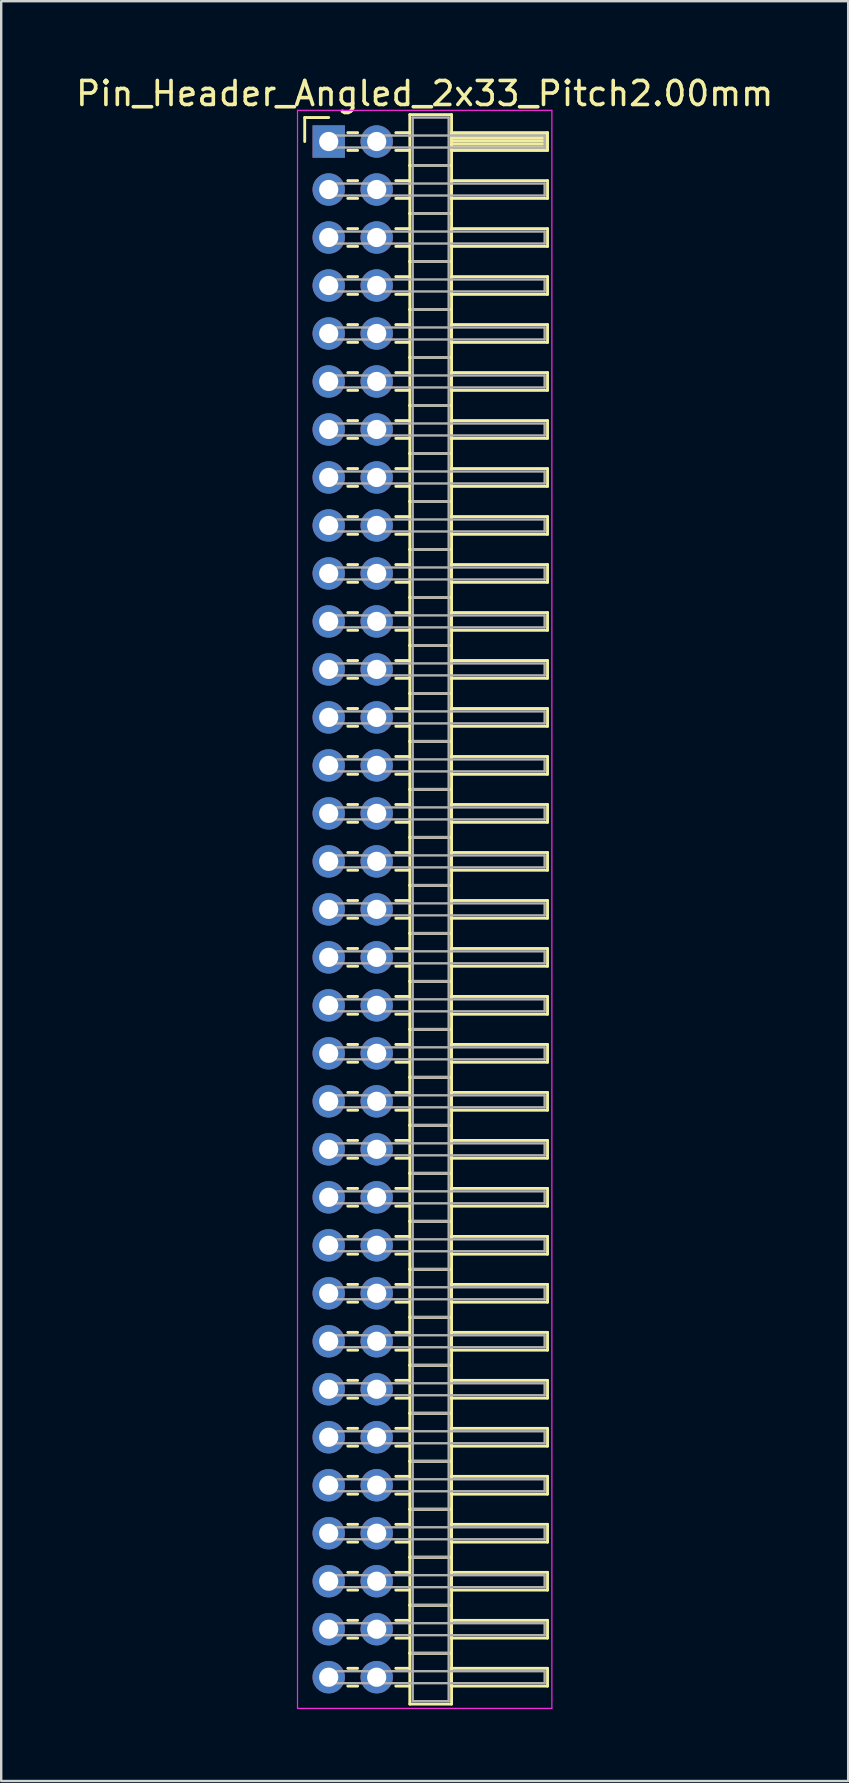
<source format=kicad_pcb>
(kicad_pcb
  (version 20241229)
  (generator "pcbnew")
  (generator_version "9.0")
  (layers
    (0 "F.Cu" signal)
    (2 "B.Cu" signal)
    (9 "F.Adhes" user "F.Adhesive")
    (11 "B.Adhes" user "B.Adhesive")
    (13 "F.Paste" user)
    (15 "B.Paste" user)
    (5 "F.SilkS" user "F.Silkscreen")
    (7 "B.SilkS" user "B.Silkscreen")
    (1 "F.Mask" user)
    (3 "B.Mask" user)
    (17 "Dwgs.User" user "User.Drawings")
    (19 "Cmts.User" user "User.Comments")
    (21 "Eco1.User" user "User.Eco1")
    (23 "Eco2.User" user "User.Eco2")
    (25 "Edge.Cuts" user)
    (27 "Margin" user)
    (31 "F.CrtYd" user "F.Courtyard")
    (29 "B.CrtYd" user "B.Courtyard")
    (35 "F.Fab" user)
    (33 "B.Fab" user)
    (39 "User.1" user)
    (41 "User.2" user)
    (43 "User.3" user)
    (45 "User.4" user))
  (footprint "Pin_Header_Angled_2x33_Pitch2.00mm"
    (layer "F.Cu")
    (at 10.649 2.848)
    (property "Reference" "Pin_Header_Angled_2x33_Pitch2.00mm" (at 4 -2 0) (layer "F.SilkS") (effects (font (size 1 1) (thickness 0.15))))
    (attr through_hole)
    (fp_line (start -1 -1) (end 0 -1) (stroke (width 0.12) (type solid)) (layer "F.SilkS"))
    (fp_line (start -1 0) (end -1 -1) (stroke (width 0.12) (type solid)) (layer "F.SilkS"))
    (fp_line (start 0.795 -0.37) (end 1.205 -0.37) (stroke (width 0.12) (type solid)) (layer "F.SilkS"))
    (fp_line (start 0.795 0.37) (end 1.205 0.37) (stroke (width 0.12) (type solid)) (layer "F.SilkS"))
    (fp_line (start 0.795 1.63) (end 1.205 1.63) (stroke (width 0.12) (type solid)) (layer "F.SilkS"))
    (fp_line (start 0.795 2.37) (end 1.205 2.37) (stroke (width 0.12) (type solid)) (layer "F.SilkS"))
    (fp_line (start 0.795 3.63) (end 1.205 3.63) (stroke (width 0.12) (type solid)) (layer "F.SilkS"))
    (fp_line (start 0.795 4.37) (end 1.205 4.37) (stroke (width 0.12) (type solid)) (layer "F.SilkS"))
    (fp_line (start 0.795 5.63) (end 1.205 5.63) (stroke (width 0.12) (type solid)) (layer "F.SilkS"))
    (fp_line (start 0.795 6.37) (end 1.205 6.37) (stroke (width 0.12) (type solid)) (layer "F.SilkS"))
    (fp_line (start 0.795 7.63) (end 1.205 7.63) (stroke (width 0.12) (type solid)) (layer "F.SilkS"))
    (fp_line (start 0.795 8.37) (end 1.205 8.37) (stroke (width 0.12) (type solid)) (layer "F.SilkS"))
    (fp_line (start 0.795 9.63) (end 1.205 9.63) (stroke (width 0.12) (type solid)) (layer "F.SilkS"))
    (fp_line (start 0.795 10.37) (end 1.205 10.37) (stroke (width 0.12) (type solid)) (layer "F.SilkS"))
    (fp_line (start 0.795 11.63) (end 1.205 11.63) (stroke (width 0.12) (type solid)) (layer "F.SilkS"))
    (fp_line (start 0.795 12.37) (end 1.205 12.37) (stroke (width 0.12) (type solid)) (layer "F.SilkS"))
    (fp_line (start 0.795 13.63) (end 1.205 13.63) (stroke (width 0.12) (type solid)) (layer "F.SilkS"))
    (fp_line (start 0.795 14.37) (end 1.205 14.37) (stroke (width 0.12) (type solid)) (layer "F.SilkS"))
    (fp_line (start 0.795 15.63) (end 1.205 15.63) (stroke (width 0.12) (type solid)) (layer "F.SilkS"))
    (fp_line (start 0.795 16.37) (end 1.205 16.37) (stroke (width 0.12) (type solid)) (layer "F.SilkS"))
    (fp_line (start 0.795 17.63) (end 1.205 17.63) (stroke (width 0.12) (type solid)) (layer "F.SilkS"))
    (fp_line (start 0.795 18.37) (end 1.205 18.37) (stroke (width 0.12) (type solid)) (layer "F.SilkS"))
    (fp_line (start 0.795 19.63) (end 1.205 19.63) (stroke (width 0.12) (type solid)) (layer "F.SilkS"))
    (fp_line (start 0.795 20.37) (end 1.205 20.37) (stroke (width 0.12) (type solid)) (layer "F.SilkS"))
    (fp_line (start 0.795 21.63) (end 1.205 21.63) (stroke (width 0.12) (type solid)) (layer "F.SilkS"))
    (fp_line (start 0.795 22.37) (end 1.205 22.37) (stroke (width 0.12) (type solid)) (layer "F.SilkS"))
    (fp_line (start 0.795 23.63) (end 1.205 23.63) (stroke (width 0.12) (type solid)) (layer "F.SilkS"))
    (fp_line (start 0.795 24.37) (end 1.205 24.37) (stroke (width 0.12) (type solid)) (layer "F.SilkS"))
    (fp_line (start 0.795 25.63) (end 1.205 25.63) (stroke (width 0.12) (type solid)) (layer "F.SilkS"))
    (fp_line (start 0.795 26.37) (end 1.205 26.37) (stroke (width 0.12) (type solid)) (layer "F.SilkS"))
    (fp_line (start 0.795 27.63) (end 1.205 27.63) (stroke (width 0.12) (type solid)) (layer "F.SilkS"))
    (fp_line (start 0.795 28.37) (end 1.205 28.37) (stroke (width 0.12) (type solid)) (layer "F.SilkS"))
    (fp_line (start 0.795 29.63) (end 1.205 29.63) (stroke (width 0.12) (type solid)) (layer "F.SilkS"))
    (fp_line (start 0.795 30.37) (end 1.205 30.37) (stroke (width 0.12) (type solid)) (layer "F.SilkS"))
    (fp_line (start 0.795 31.63) (end 1.205 31.63) (stroke (width 0.12) (type solid)) (layer "F.SilkS"))
    (fp_line (start 0.795 32.37) (end 1.205 32.37) (stroke (width 0.12) (type solid)) (layer "F.SilkS"))
    (fp_line (start 0.795 33.63) (end 1.205 33.63) (stroke (width 0.12) (type solid)) (layer "F.SilkS"))
    (fp_line (start 0.795 34.37) (end 1.205 34.37) (stroke (width 0.12) (type solid)) (layer "F.SilkS"))
    (fp_line (start 0.795 35.63) (end 1.205 35.63) (stroke (width 0.12) (type solid)) (layer "F.SilkS"))
    (fp_line (start 0.795 36.37) (end 1.205 36.37) (stroke (width 0.12) (type solid)) (layer "F.SilkS"))
    (fp_line (start 0.795 37.63) (end 1.205 37.63) (stroke (width 0.12) (type solid)) (layer "F.SilkS"))
    (fp_line (start 0.795 38.37) (end 1.205 38.37) (stroke (width 0.12) (type solid)) (layer "F.SilkS"))
    (fp_line (start 0.795 39.63) (end 1.205 39.63) (stroke (width 0.12) (type solid)) (layer "F.SilkS"))
    (fp_line (start 0.795 40.37) (end 1.205 40.37) (stroke (width 0.12) (type solid)) (layer "F.SilkS"))
    (fp_line (start 0.795 41.63) (end 1.205 41.63) (stroke (width 0.12) (type solid)) (layer "F.SilkS"))
    (fp_line (start 0.795 42.37) (end 1.205 42.37) (stroke (width 0.12) (type solid)) (layer "F.SilkS"))
    (fp_line (start 0.795 43.63) (end 1.205 43.63) (stroke (width 0.12) (type solid)) (layer "F.SilkS"))
    (fp_line (start 0.795 44.37) (end 1.205 44.37) (stroke (width 0.12) (type solid)) (layer "F.SilkS"))
    (fp_line (start 0.795 45.63) (end 1.205 45.63) (stroke (width 0.12) (type solid)) (layer "F.SilkS"))
    (fp_line (start 0.795 46.37) (end 1.205 46.37) (stroke (width 0.12) (type solid)) (layer "F.SilkS"))
    (fp_line (start 0.795 47.63) (end 1.205 47.63) (stroke (width 0.12) (type solid)) (layer "F.SilkS"))
    (fp_line (start 0.795 48.37) (end 1.205 48.37) (stroke (width 0.12) (type solid)) (layer "F.SilkS"))
    (fp_line (start 0.795 49.63) (end 1.205 49.63) (stroke (width 0.12) (type solid)) (layer "F.SilkS"))
    (fp_line (start 0.795 50.37) (end 1.205 50.37) (stroke (width 0.12) (type solid)) (layer "F.SilkS"))
    (fp_line (start 0.795 51.63) (end 1.205 51.63) (stroke (width 0.12) (type solid)) (layer "F.SilkS"))
    (fp_line (start 0.795 52.37) (end 1.205 52.37) (stroke (width 0.12) (type solid)) (layer "F.SilkS"))
    (fp_line (start 0.795 53.63) (end 1.205 53.63) (stroke (width 0.12) (type solid)) (layer "F.SilkS"))
    (fp_line (start 0.795 54.37) (end 1.205 54.37) (stroke (width 0.12) (type solid)) (layer "F.SilkS"))
    (fp_line (start 0.795 55.63) (end 1.205 55.63) (stroke (width 0.12) (type solid)) (layer "F.SilkS"))
    (fp_line (start 0.795 56.37) (end 1.205 56.37) (stroke (width 0.12) (type solid)) (layer "F.SilkS"))
    (fp_line (start 0.795 57.63) (end 1.205 57.63) (stroke (width 0.12) (type solid)) (layer "F.SilkS"))
    (fp_line (start 0.795 58.37) (end 1.205 58.37) (stroke (width 0.12) (type solid)) (layer "F.SilkS"))
    (fp_line (start 0.795 59.63) (end 1.205 59.63) (stroke (width 0.12) (type solid)) (layer "F.SilkS"))
    (fp_line (start 0.795 60.37) (end 1.205 60.37) (stroke (width 0.12) (type solid)) (layer "F.SilkS"))
    (fp_line (start 0.795 61.63) (end 1.205 61.63) (stroke (width 0.12) (type solid)) (layer "F.SilkS"))
    (fp_line (start 0.795 62.37) (end 1.205 62.37) (stroke (width 0.12) (type solid)) (layer "F.SilkS"))
    (fp_line (start 0.795 63.63) (end 1.205 63.63) (stroke (width 0.12) (type solid)) (layer "F.SilkS"))
    (fp_line (start 0.795 64.37) (end 1.205 64.37) (stroke (width 0.12) (type solid)) (layer "F.SilkS"))
    (fp_line (start 2.795 -0.37) (end 3.38 -0.37) (stroke (width 0.12) (type solid)) (layer "F.SilkS"))
    (fp_line (start 2.795 0.37) (end 3.38 0.37) (stroke (width 0.12) (type solid)) (layer "F.SilkS"))
    (fp_line (start 2.795 1.63) (end 3.38 1.63) (stroke (width 0.12) (type solid)) (layer "F.SilkS"))
    (fp_line (start 2.795 2.37) (end 3.38 2.37) (stroke (width 0.12) (type solid)) (layer "F.SilkS"))
    (fp_line (start 2.795 3.63) (end 3.38 3.63) (stroke (width 0.12) (type solid)) (layer "F.SilkS"))
    (fp_line (start 2.795 4.37) (end 3.38 4.37) (stroke (width 0.12) (type solid)) (layer "F.SilkS"))
    (fp_line (start 2.795 5.63) (end 3.38 5.63) (stroke (width 0.12) (type solid)) (layer "F.SilkS"))
    (fp_line (start 2.795 6.37) (end 3.38 6.37) (stroke (width 0.12) (type solid)) (layer "F.SilkS"))
    (fp_line (start 2.795 7.63) (end 3.38 7.63) (stroke (width 0.12) (type solid)) (layer "F.SilkS"))
    (fp_line (start 2.795 8.37) (end 3.38 8.37) (stroke (width 0.12) (type solid)) (layer "F.SilkS"))
    (fp_line (start 2.795 9.63) (end 3.38 9.63) (stroke (width 0.12) (type solid)) (layer "F.SilkS"))
    (fp_line (start 2.795 10.37) (end 3.38 10.37) (stroke (width 0.12) (type solid)) (layer "F.SilkS"))
    (fp_line (start 2.795 11.63) (end 3.38 11.63) (stroke (width 0.12) (type solid)) (layer "F.SilkS"))
    (fp_line (start 2.795 12.37) (end 3.38 12.37) (stroke (width 0.12) (type solid)) (layer "F.SilkS"))
    (fp_line (start 2.795 13.63) (end 3.38 13.63) (stroke (width 0.12) (type solid)) (layer "F.SilkS"))
    (fp_line (start 2.795 14.37) (end 3.38 14.37) (stroke (width 0.12) (type solid)) (layer "F.SilkS"))
    (fp_line (start 2.795 15.63) (end 3.38 15.63) (stroke (width 0.12) (type solid)) (layer "F.SilkS"))
    (fp_line (start 2.795 16.37) (end 3.38 16.37) (stroke (width 0.12) (type solid)) (layer "F.SilkS"))
    (fp_line (start 2.795 17.63) (end 3.38 17.63) (stroke (width 0.12) (type solid)) (layer "F.SilkS"))
    (fp_line (start 2.795 18.37) (end 3.38 18.37) (stroke (width 0.12) (type solid)) (layer "F.SilkS"))
    (fp_line (start 2.795 19.63) (end 3.38 19.63) (stroke (width 0.12) (type solid)) (layer "F.SilkS"))
    (fp_line (start 2.795 20.37) (end 3.38 20.37) (stroke (width 0.12) (type solid)) (layer "F.SilkS"))
    (fp_line (start 2.795 21.63) (end 3.38 21.63) (stroke (width 0.12) (type solid)) (layer "F.SilkS"))
    (fp_line (start 2.795 22.37) (end 3.38 22.37) (stroke (width 0.12) (type solid)) (layer "F.SilkS"))
    (fp_line (start 2.795 23.63) (end 3.38 23.63) (stroke (width 0.12) (type solid)) (layer "F.SilkS"))
    (fp_line (start 2.795 24.37) (end 3.38 24.37) (stroke (width 0.12) (type solid)) (layer "F.SilkS"))
    (fp_line (start 2.795 25.63) (end 3.38 25.63) (stroke (width 0.12) (type solid)) (layer "F.SilkS"))
    (fp_line (start 2.795 26.37) (end 3.38 26.37) (stroke (width 0.12) (type solid)) (layer "F.SilkS"))
    (fp_line (start 2.795 27.63) (end 3.38 27.63) (stroke (width 0.12) (type solid)) (layer "F.SilkS"))
    (fp_line (start 2.795 28.37) (end 3.38 28.37) (stroke (width 0.12) (type solid)) (layer "F.SilkS"))
    (fp_line (start 2.795 29.63) (end 3.38 29.63) (stroke (width 0.12) (type solid)) (layer "F.SilkS"))
    (fp_line (start 2.795 30.37) (end 3.38 30.37) (stroke (width 0.12) (type solid)) (layer "F.SilkS"))
    (fp_line (start 2.795 31.63) (end 3.38 31.63) (stroke (width 0.12) (type solid)) (layer "F.SilkS"))
    (fp_line (start 2.795 32.37) (end 3.38 32.37) (stroke (width 0.12) (type solid)) (layer "F.SilkS"))
    (fp_line (start 2.795 33.63) (end 3.38 33.63) (stroke (width 0.12) (type solid)) (layer "F.SilkS"))
    (fp_line (start 2.795 34.37) (end 3.38 34.37) (stroke (width 0.12) (type solid)) (layer "F.SilkS"))
    (fp_line (start 2.795 35.63) (end 3.38 35.63) (stroke (width 0.12) (type solid)) (layer "F.SilkS"))
    (fp_line (start 2.795 36.37) (end 3.38 36.37) (stroke (width 0.12) (type solid)) (layer "F.SilkS"))
    (fp_line (start 2.795 37.63) (end 3.38 37.63) (stroke (width 0.12) (type solid)) (layer "F.SilkS"))
    (fp_line (start 2.795 38.37) (end 3.38 38.37) (stroke (width 0.12) (type solid)) (layer "F.SilkS"))
    (fp_line (start 2.795 39.63) (end 3.38 39.63) (stroke (width 0.12) (type solid)) (layer "F.SilkS"))
    (fp_line (start 2.795 40.37) (end 3.38 40.37) (stroke (width 0.12) (type solid)) (layer "F.SilkS"))
    (fp_line (start 2.795 41.63) (end 3.38 41.63) (stroke (width 0.12) (type solid)) (layer "F.SilkS"))
    (fp_line (start 2.795 42.37) (end 3.38 42.37) (stroke (width 0.12) (type solid)) (layer "F.SilkS"))
    (fp_line (start 2.795 43.63) (end 3.38 43.63) (stroke (width 0.12) (type solid)) (layer "F.SilkS"))
    (fp_line (start 2.795 44.37) (end 3.38 44.37) (stroke (width 0.12) (type solid)) (layer "F.SilkS"))
    (fp_line (start 2.795 45.63) (end 3.38 45.63) (stroke (width 0.12) (type solid)) (layer "F.SilkS"))
    (fp_line (start 2.795 46.37) (end 3.38 46.37) (stroke (width 0.12) (type solid)) (layer "F.SilkS"))
    (fp_line (start 2.795 47.63) (end 3.38 47.63) (stroke (width 0.12) (type solid)) (layer "F.SilkS"))
    (fp_line (start 2.795 48.37) (end 3.38 48.37) (stroke (width 0.12) (type solid)) (layer "F.SilkS"))
    (fp_line (start 2.795 49.63) (end 3.38 49.63) (stroke (width 0.12) (type solid)) (layer "F.SilkS"))
    (fp_line (start 2.795 50.37) (end 3.38 50.37) (stroke (width 0.12) (type solid)) (layer "F.SilkS"))
    (fp_line (start 2.795 51.63) (end 3.38 51.63) (stroke (width 0.12) (type solid)) (layer "F.SilkS"))
    (fp_line (start 2.795 52.37) (end 3.38 52.37) (stroke (width 0.12) (type solid)) (layer "F.SilkS"))
    (fp_line (start 2.795 53.63) (end 3.38 53.63) (stroke (width 0.12) (type solid)) (layer "F.SilkS"))
    (fp_line (start 2.795 54.37) (end 3.38 54.37) (stroke (width 0.12) (type solid)) (layer "F.SilkS"))
    (fp_line (start 2.795 55.63) (end 3.38 55.63) (stroke (width 0.12) (type solid)) (layer "F.SilkS"))
    (fp_line (start 2.795 56.37) (end 3.38 56.37) (stroke (width 0.12) (type solid)) (layer "F.SilkS"))
    (fp_line (start 2.795 57.63) (end 3.38 57.63) (stroke (width 0.12) (type solid)) (layer "F.SilkS"))
    (fp_line (start 2.795 58.37) (end 3.38 58.37) (stroke (width 0.12) (type solid)) (layer "F.SilkS"))
    (fp_line (start 2.795 59.63) (end 3.38 59.63) (stroke (width 0.12) (type solid)) (layer "F.SilkS"))
    (fp_line (start 2.795 60.37) (end 3.38 60.37) (stroke (width 0.12) (type solid)) (layer "F.SilkS"))
    (fp_line (start 2.795 61.63) (end 3.38 61.63) (stroke (width 0.12) (type solid)) (layer "F.SilkS"))
    (fp_line (start 2.795 62.37) (end 3.38 62.37) (stroke (width 0.12) (type solid)) (layer "F.SilkS"))
    (fp_line (start 2.795 63.63) (end 3.38 63.63) (stroke (width 0.12) (type solid)) (layer "F.SilkS"))
    (fp_line (start 2.795 64.37) (end 3.38 64.37) (stroke (width 0.12) (type solid)) (layer "F.SilkS"))
    (fp_line (start 3.38 -1.12) (end 3.38 1) (stroke (width 0.12) (type solid)) (layer "F.SilkS"))
    (fp_line (start 3.38 1) (end 3.38 3) (stroke (width 0.12) (type solid)) (layer "F.SilkS"))
    (fp_line (start 3.38 1) (end 5.12 1) (stroke (width 0.12) (type solid)) (layer "F.SilkS"))
    (fp_line (start 3.38 3) (end 3.38 5) (stroke (width 0.12) (type solid)) (layer "F.SilkS"))
    (fp_line (start 3.38 3) (end 5.12 3) (stroke (width 0.12) (type solid)) (layer "F.SilkS"))
    (fp_line (start 3.38 5) (end 3.38 7) (stroke (width 0.12) (type solid)) (layer "F.SilkS"))
    (fp_line (start 3.38 5) (end 5.12 5) (stroke (width 0.12) (type solid)) (layer "F.SilkS"))
    (fp_line (start 3.38 7) (end 3.38 9) (stroke (width 0.12) (type solid)) (layer "F.SilkS"))
    (fp_line (start 3.38 7) (end 5.12 7) (stroke (width 0.12) (type solid)) (layer "F.SilkS"))
    (fp_line (start 3.38 9) (end 3.38 11) (stroke (width 0.12) (type solid)) (layer "F.SilkS"))
    (fp_line (start 3.38 9) (end 5.12 9) (stroke (width 0.12) (type solid)) (layer "F.SilkS"))
    (fp_line (start 3.38 11) (end 3.38 13) (stroke (width 0.12) (type solid)) (layer "F.SilkS"))
    (fp_line (start 3.38 11) (end 5.12 11) (stroke (width 0.12) (type solid)) (layer "F.SilkS"))
    (fp_line (start 3.38 13) (end 3.38 15) (stroke (width 0.12) (type solid)) (layer "F.SilkS"))
    (fp_line (start 3.38 13) (end 5.12 13) (stroke (width 0.12) (type solid)) (layer "F.SilkS"))
    (fp_line (start 3.38 15) (end 3.38 17) (stroke (width 0.12) (type solid)) (layer "F.SilkS"))
    (fp_line (start 3.38 15) (end 5.12 15) (stroke (width 0.12) (type solid)) (layer "F.SilkS"))
    (fp_line (start 3.38 17) (end 3.38 19) (stroke (width 0.12) (type solid)) (layer "F.SilkS"))
    (fp_line (start 3.38 17) (end 5.12 17) (stroke (width 0.12) (type solid)) (layer "F.SilkS"))
    (fp_line (start 3.38 19) (end 3.38 21) (stroke (width 0.12) (type solid)) (layer "F.SilkS"))
    (fp_line (start 3.38 19) (end 5.12 19) (stroke (width 0.12) (type solid)) (layer "F.SilkS"))
    (fp_line (start 3.38 21) (end 3.38 23) (stroke (width 0.12) (type solid)) (layer "F.SilkS"))
    (fp_line (start 3.38 21) (end 5.12 21) (stroke (width 0.12) (type solid)) (layer "F.SilkS"))
    (fp_line (start 3.38 23) (end 3.38 25) (stroke (width 0.12) (type solid)) (layer "F.SilkS"))
    (fp_line (start 3.38 23) (end 5.12 23) (stroke (width 0.12) (type solid)) (layer "F.SilkS"))
    (fp_line (start 3.38 25) (end 3.38 27) (stroke (width 0.12) (type solid)) (layer "F.SilkS"))
    (fp_line (start 3.38 25) (end 5.12 25) (stroke (width 0.12) (type solid)) (layer "F.SilkS"))
    (fp_line (start 3.38 27) (end 3.38 29) (stroke (width 0.12) (type solid)) (layer "F.SilkS"))
    (fp_line (start 3.38 27) (end 5.12 27) (stroke (width 0.12) (type solid)) (layer "F.SilkS"))
    (fp_line (start 3.38 29) (end 3.38 31) (stroke (width 0.12) (type solid)) (layer "F.SilkS"))
    (fp_line (start 3.38 29) (end 5.12 29) (stroke (width 0.12) (type solid)) (layer "F.SilkS"))
    (fp_line (start 3.38 31) (end 3.38 33) (stroke (width 0.12) (type solid)) (layer "F.SilkS"))
    (fp_line (start 3.38 31) (end 5.12 31) (stroke (width 0.12) (type solid)) (layer "F.SilkS"))
    (fp_line (start 3.38 33) (end 3.38 35) (stroke (width 0.12) (type solid)) (layer "F.SilkS"))
    (fp_line (start 3.38 33) (end 5.12 33) (stroke (width 0.12) (type solid)) (layer "F.SilkS"))
    (fp_line (start 3.38 35) (end 3.38 37) (stroke (width 0.12) (type solid)) (layer "F.SilkS"))
    (fp_line (start 3.38 35) (end 5.12 35) (stroke (width 0.12) (type solid)) (layer "F.SilkS"))
    (fp_line (start 3.38 37) (end 3.38 39) (stroke (width 0.12) (type solid)) (layer "F.SilkS"))
    (fp_line (start 3.38 37) (end 5.12 37) (stroke (width 0.12) (type solid)) (layer "F.SilkS"))
    (fp_line (start 3.38 39) (end 3.38 41) (stroke (width 0.12) (type solid)) (layer "F.SilkS"))
    (fp_line (start 3.38 39) (end 5.12 39) (stroke (width 0.12) (type solid)) (layer "F.SilkS"))
    (fp_line (start 3.38 41) (end 3.38 43) (stroke (width 0.12) (type solid)) (layer "F.SilkS"))
    (fp_line (start 3.38 41) (end 5.12 41) (stroke (width 0.12) (type solid)) (layer "F.SilkS"))
    (fp_line (start 3.38 43) (end 3.38 45) (stroke (width 0.12) (type solid)) (layer "F.SilkS"))
    (fp_line (start 3.38 43) (end 5.12 43) (stroke (width 0.12) (type solid)) (layer "F.SilkS"))
    (fp_line (start 3.38 45) (end 3.38 47) (stroke (width 0.12) (type solid)) (layer "F.SilkS"))
    (fp_line (start 3.38 45) (end 5.12 45) (stroke (width 0.12) (type solid)) (layer "F.SilkS"))
    (fp_line (start 3.38 47) (end 3.38 49) (stroke (width 0.12) (type solid)) (layer "F.SilkS"))
    (fp_line (start 3.38 47) (end 5.12 47) (stroke (width 0.12) (type solid)) (layer "F.SilkS"))
    (fp_line (start 3.38 49) (end 3.38 51) (stroke (width 0.12) (type solid)) (layer "F.SilkS"))
    (fp_line (start 3.38 49) (end 5.12 49) (stroke (width 0.12) (type solid)) (layer "F.SilkS"))
    (fp_line (start 3.38 51) (end 3.38 53) (stroke (width 0.12) (type solid)) (layer "F.SilkS"))
    (fp_line (start 3.38 51) (end 5.12 51) (stroke (width 0.12) (type solid)) (layer "F.SilkS"))
    (fp_line (start 3.38 53) (end 3.38 55) (stroke (width 0.12) (type solid)) (layer "F.SilkS"))
    (fp_line (start 3.38 53) (end 5.12 53) (stroke (width 0.12) (type solid)) (layer "F.SilkS"))
    (fp_line (start 3.38 55) (end 3.38 57) (stroke (width 0.12) (type solid)) (layer "F.SilkS"))
    (fp_line (start 3.38 55) (end 5.12 55) (stroke (width 0.12) (type solid)) (layer "F.SilkS"))
    (fp_line (start 3.38 57) (end 3.38 59) (stroke (width 0.12) (type solid)) (layer "F.SilkS"))
    (fp_line (start 3.38 57) (end 5.12 57) (stroke (width 0.12) (type solid)) (layer "F.SilkS"))
    (fp_line (start 3.38 59) (end 3.38 61) (stroke (width 0.12) (type solid)) (layer "F.SilkS"))
    (fp_line (start 3.38 59) (end 5.12 59) (stroke (width 0.12) (type solid)) (layer "F.SilkS"))
    (fp_line (start 3.38 61) (end 3.38 63) (stroke (width 0.12) (type solid)) (layer "F.SilkS"))
    (fp_line (start 3.38 61) (end 5.12 61) (stroke (width 0.12) (type solid)) (layer "F.SilkS"))
    (fp_line (start 3.38 63) (end 3.38 65.12) (stroke (width 0.12) (type solid)) (layer "F.SilkS"))
    (fp_line (start 3.38 63) (end 5.12 63) (stroke (width 0.12) (type solid)) (layer "F.SilkS"))
    (fp_line (start 3.38 65.12) (end 5.12 65.12) (stroke (width 0.12) (type solid)) (layer "F.SilkS"))
    (fp_line (start 5.12 -1.12) (end 3.38 -1.12) (stroke (width 0.12) (type solid)) (layer "F.SilkS"))
    (fp_line (start 5.12 -0.37) (end 5.12 0.37) (stroke (width 0.12) (type solid)) (layer "F.SilkS"))
    (fp_line (start 5.12 -0.25) (end 9.12 -0.25) (stroke (width 0.12) (type solid)) (layer "F.SilkS"))
    (fp_line (start 5.12 -0.13) (end 9.12 -0.13) (stroke (width 0.12) (type solid)) (layer "F.SilkS"))
    (fp_line (start 5.12 -0.01) (end 9.12 -0.01) (stroke (width 0.12) (type solid)) (layer "F.SilkS"))
    (fp_line (start 5.12 0.11) (end 9.12 0.11) (stroke (width 0.12) (type solid)) (layer "F.SilkS"))
    (fp_line (start 5.12 0.23) (end 9.12 0.23) (stroke (width 0.12) (type solid)) (layer "F.SilkS"))
    (fp_line (start 5.12 0.35) (end 9.12 0.35) (stroke (width 0.12) (type solid)) (layer "F.SilkS"))
    (fp_line (start 5.12 0.37) (end 9.12 0.37) (stroke (width 0.12) (type solid)) (layer "F.SilkS"))
    (fp_line (start 5.12 1) (end 3.38 1) (stroke (width 0.12) (type solid)) (layer "F.SilkS"))
    (fp_line (start 5.12 1) (end 5.12 -1.12) (stroke (width 0.12) (type solid)) (layer "F.SilkS"))
    (fp_line (start 5.12 1.63) (end 5.12 2.37) (stroke (width 0.12) (type solid)) (layer "F.SilkS"))
    (fp_line (start 5.12 2.37) (end 9.12 2.37) (stroke (width 0.12) (type solid)) (layer "F.SilkS"))
    (fp_line (start 5.12 3) (end 3.38 3) (stroke (width 0.12) (type solid)) (layer "F.SilkS"))
    (fp_line (start 5.12 3) (end 5.12 1) (stroke (width 0.12) (type solid)) (layer "F.SilkS"))
    (fp_line (start 5.12 3.63) (end 5.12 4.37) (stroke (width 0.12) (type solid)) (layer "F.SilkS"))
    (fp_line (start 5.12 4.37) (end 9.12 4.37) (stroke (width 0.12) (type solid)) (layer "F.SilkS"))
    (fp_line (start 5.12 5) (end 3.38 5) (stroke (width 0.12) (type solid)) (layer "F.SilkS"))
    (fp_line (start 5.12 5) (end 5.12 3) (stroke (width 0.12) (type solid)) (layer "F.SilkS"))
    (fp_line (start 5.12 5.63) (end 5.12 6.37) (stroke (width 0.12) (type solid)) (layer "F.SilkS"))
    (fp_line (start 5.12 6.37) (end 9.12 6.37) (stroke (width 0.12) (type solid)) (layer "F.SilkS"))
    (fp_line (start 5.12 7) (end 3.38 7) (stroke (width 0.12) (type solid)) (layer "F.SilkS"))
    (fp_line (start 5.12 7) (end 5.12 5) (stroke (width 0.12) (type solid)) (layer "F.SilkS"))
    (fp_line (start 5.12 7.63) (end 5.12 8.37) (stroke (width 0.12) (type solid)) (layer "F.SilkS"))
    (fp_line (start 5.12 8.37) (end 9.12 8.37) (stroke (width 0.12) (type solid)) (layer "F.SilkS"))
    (fp_line (start 5.12 9) (end 3.38 9) (stroke (width 0.12) (type solid)) (layer "F.SilkS"))
    (fp_line (start 5.12 9) (end 5.12 7) (stroke (width 0.12) (type solid)) (layer "F.SilkS"))
    (fp_line (start 5.12 9.63) (end 5.12 10.37) (stroke (width 0.12) (type solid)) (layer "F.SilkS"))
    (fp_line (start 5.12 10.37) (end 9.12 10.37) (stroke (width 0.12) (type solid)) (layer "F.SilkS"))
    (fp_line (start 5.12 11) (end 3.38 11) (stroke (width 0.12) (type solid)) (layer "F.SilkS"))
    (fp_line (start 5.12 11) (end 5.12 9) (stroke (width 0.12) (type solid)) (layer "F.SilkS"))
    (fp_line (start 5.12 11.63) (end 5.12 12.37) (stroke (width 0.12) (type solid)) (layer "F.SilkS"))
    (fp_line (start 5.12 12.37) (end 9.12 12.37) (stroke (width 0.12) (type solid)) (layer "F.SilkS"))
    (fp_line (start 5.12 13) (end 3.38 13) (stroke (width 0.12) (type solid)) (layer "F.SilkS"))
    (fp_line (start 5.12 13) (end 5.12 11) (stroke (width 0.12) (type solid)) (layer "F.SilkS"))
    (fp_line (start 5.12 13.63) (end 5.12 14.37) (stroke (width 0.12) (type solid)) (layer "F.SilkS"))
    (fp_line (start 5.12 14.37) (end 9.12 14.37) (stroke (width 0.12) (type solid)) (layer "F.SilkS"))
    (fp_line (start 5.12 15) (end 3.38 15) (stroke (width 0.12) (type solid)) (layer "F.SilkS"))
    (fp_line (start 5.12 15) (end 5.12 13) (stroke (width 0.12) (type solid)) (layer "F.SilkS"))
    (fp_line (start 5.12 15.63) (end 5.12 16.37) (stroke (width 0.12) (type solid)) (layer "F.SilkS"))
    (fp_line (start 5.12 16.37) (end 9.12 16.37) (stroke (width 0.12) (type solid)) (layer "F.SilkS"))
    (fp_line (start 5.12 17) (end 3.38 17) (stroke (width 0.12) (type solid)) (layer "F.SilkS"))
    (fp_line (start 5.12 17) (end 5.12 15) (stroke (width 0.12) (type solid)) (layer "F.SilkS"))
    (fp_line (start 5.12 17.63) (end 5.12 18.37) (stroke (width 0.12) (type solid)) (layer "F.SilkS"))
    (fp_line (start 5.12 18.37) (end 9.12 18.37) (stroke (width 0.12) (type solid)) (layer "F.SilkS"))
    (fp_line (start 5.12 19) (end 3.38 19) (stroke (width 0.12) (type solid)) (layer "F.SilkS"))
    (fp_line (start 5.12 19) (end 5.12 17) (stroke (width 0.12) (type solid)) (layer "F.SilkS"))
    (fp_line (start 5.12 19.63) (end 5.12 20.37) (stroke (width 0.12) (type solid)) (layer "F.SilkS"))
    (fp_line (start 5.12 20.37) (end 9.12 20.37) (stroke (width 0.12) (type solid)) (layer "F.SilkS"))
    (fp_line (start 5.12 21) (end 3.38 21) (stroke (width 0.12) (type solid)) (layer "F.SilkS"))
    (fp_line (start 5.12 21) (end 5.12 19) (stroke (width 0.12) (type solid)) (layer "F.SilkS"))
    (fp_line (start 5.12 21.63) (end 5.12 22.37) (stroke (width 0.12) (type solid)) (layer "F.SilkS"))
    (fp_line (start 5.12 22.37) (end 9.12 22.37) (stroke (width 0.12) (type solid)) (layer "F.SilkS"))
    (fp_line (start 5.12 23) (end 3.38 23) (stroke (width 0.12) (type solid)) (layer "F.SilkS"))
    (fp_line (start 5.12 23) (end 5.12 21) (stroke (width 0.12) (type solid)) (layer "F.SilkS"))
    (fp_line (start 5.12 23.63) (end 5.12 24.37) (stroke (width 0.12) (type solid)) (layer "F.SilkS"))
    (fp_line (start 5.12 24.37) (end 9.12 24.37) (stroke (width 0.12) (type solid)) (layer "F.SilkS"))
    (fp_line (start 5.12 25) (end 3.38 25) (stroke (width 0.12) (type solid)) (layer "F.SilkS"))
    (fp_line (start 5.12 25) (end 5.12 23) (stroke (width 0.12) (type solid)) (layer "F.SilkS"))
    (fp_line (start 5.12 25.63) (end 5.12 26.37) (stroke (width 0.12) (type solid)) (layer "F.SilkS"))
    (fp_line (start 5.12 26.37) (end 9.12 26.37) (stroke (width 0.12) (type solid)) (layer "F.SilkS"))
    (fp_line (start 5.12 27) (end 3.38 27) (stroke (width 0.12) (type solid)) (layer "F.SilkS"))
    (fp_line (start 5.12 27) (end 5.12 25) (stroke (width 0.12) (type solid)) (layer "F.SilkS"))
    (fp_line (start 5.12 27.63) (end 5.12 28.37) (stroke (width 0.12) (type solid)) (layer "F.SilkS"))
    (fp_line (start 5.12 28.37) (end 9.12 28.37) (stroke (width 0.12) (type solid)) (layer "F.SilkS"))
    (fp_line (start 5.12 29) (end 3.38 29) (stroke (width 0.12) (type solid)) (layer "F.SilkS"))
    (fp_line (start 5.12 29) (end 5.12 27) (stroke (width 0.12) (type solid)) (layer "F.SilkS"))
    (fp_line (start 5.12 29.63) (end 5.12 30.37) (stroke (width 0.12) (type solid)) (layer "F.SilkS"))
    (fp_line (start 5.12 30.37) (end 9.12 30.37) (stroke (width 0.12) (type solid)) (layer "F.SilkS"))
    (fp_line (start 5.12 31) (end 3.38 31) (stroke (width 0.12) (type solid)) (layer "F.SilkS"))
    (fp_line (start 5.12 31) (end 5.12 29) (stroke (width 0.12) (type solid)) (layer "F.SilkS"))
    (fp_line (start 5.12 31.63) (end 5.12 32.37) (stroke (width 0.12) (type solid)) (layer "F.SilkS"))
    (fp_line (start 5.12 32.37) (end 9.12 32.37) (stroke (width 0.12) (type solid)) (layer "F.SilkS"))
    (fp_line (start 5.12 33) (end 3.38 33) (stroke (width 0.12) (type solid)) (layer "F.SilkS"))
    (fp_line (start 5.12 33) (end 5.12 31) (stroke (width 0.12) (type solid)) (layer "F.SilkS"))
    (fp_line (start 5.12 33.63) (end 5.12 34.37) (stroke (width 0.12) (type solid)) (layer "F.SilkS"))
    (fp_line (start 5.12 34.37) (end 9.12 34.37) (stroke (width 0.12) (type solid)) (layer "F.SilkS"))
    (fp_line (start 5.12 35) (end 3.38 35) (stroke (width 0.12) (type solid)) (layer "F.SilkS"))
    (fp_line (start 5.12 35) (end 5.12 33) (stroke (width 0.12) (type solid)) (layer "F.SilkS"))
    (fp_line (start 5.12 35.63) (end 5.12 36.37) (stroke (width 0.12) (type solid)) (layer "F.SilkS"))
    (fp_line (start 5.12 36.37) (end 9.12 36.37) (stroke (width 0.12) (type solid)) (layer "F.SilkS"))
    (fp_line (start 5.12 37) (end 3.38 37) (stroke (width 0.12) (type solid)) (layer "F.SilkS"))
    (fp_line (start 5.12 37) (end 5.12 35) (stroke (width 0.12) (type solid)) (layer "F.SilkS"))
    (fp_line (start 5.12 37.63) (end 5.12 38.37) (stroke (width 0.12) (type solid)) (layer "F.SilkS"))
    (fp_line (start 5.12 38.37) (end 9.12 38.37) (stroke (width 0.12) (type solid)) (layer "F.SilkS"))
    (fp_line (start 5.12 39) (end 3.38 39) (stroke (width 0.12) (type solid)) (layer "F.SilkS"))
    (fp_line (start 5.12 39) (end 5.12 37) (stroke (width 0.12) (type solid)) (layer "F.SilkS"))
    (fp_line (start 5.12 39.63) (end 5.12 40.37) (stroke (width 0.12) (type solid)) (layer "F.SilkS"))
    (fp_line (start 5.12 40.37) (end 9.12 40.37) (stroke (width 0.12) (type solid)) (layer "F.SilkS"))
    (fp_line (start 5.12 41) (end 3.38 41) (stroke (width 0.12) (type solid)) (layer "F.SilkS"))
    (fp_line (start 5.12 41) (end 5.12 39) (stroke (width 0.12) (type solid)) (layer "F.SilkS"))
    (fp_line (start 5.12 41.63) (end 5.12 42.37) (stroke (width 0.12) (type solid)) (layer "F.SilkS"))
    (fp_line (start 5.12 42.37) (end 9.12 42.37) (stroke (width 0.12) (type solid)) (layer "F.SilkS"))
    (fp_line (start 5.12 43) (end 3.38 43) (stroke (width 0.12) (type solid)) (layer "F.SilkS"))
    (fp_line (start 5.12 43) (end 5.12 41) (stroke (width 0.12) (type solid)) (layer "F.SilkS"))
    (fp_line (start 5.12 43.63) (end 5.12 44.37) (stroke (width 0.12) (type solid)) (layer "F.SilkS"))
    (fp_line (start 5.12 44.37) (end 9.12 44.37) (stroke (width 0.12) (type solid)) (layer "F.SilkS"))
    (fp_line (start 5.12 45) (end 3.38 45) (stroke (width 0.12) (type solid)) (layer "F.SilkS"))
    (fp_line (start 5.12 45) (end 5.12 43) (stroke (width 0.12) (type solid)) (layer "F.SilkS"))
    (fp_line (start 5.12 45.63) (end 5.12 46.37) (stroke (width 0.12) (type solid)) (layer "F.SilkS"))
    (fp_line (start 5.12 46.37) (end 9.12 46.37) (stroke (width 0.12) (type solid)) (layer "F.SilkS"))
    (fp_line (start 5.12 47) (end 3.38 47) (stroke (width 0.12) (type solid)) (layer "F.SilkS"))
    (fp_line (start 5.12 47) (end 5.12 45) (stroke (width 0.12) (type solid)) (layer "F.SilkS"))
    (fp_line (start 5.12 47.63) (end 5.12 48.37) (stroke (width 0.12) (type solid)) (layer "F.SilkS"))
    (fp_line (start 5.12 48.37) (end 9.12 48.37) (stroke (width 0.12) (type solid)) (layer "F.SilkS"))
    (fp_line (start 5.12 49) (end 3.38 49) (stroke (width 0.12) (type solid)) (layer "F.SilkS"))
    (fp_line (start 5.12 49) (end 5.12 47) (stroke (width 0.12) (type solid)) (layer "F.SilkS"))
    (fp_line (start 5.12 49.63) (end 5.12 50.37) (stroke (width 0.12) (type solid)) (layer "F.SilkS"))
    (fp_line (start 5.12 50.37) (end 9.12 50.37) (stroke (width 0.12) (type solid)) (layer "F.SilkS"))
    (fp_line (start 5.12 51) (end 3.38 51) (stroke (width 0.12) (type solid)) (layer "F.SilkS"))
    (fp_line (start 5.12 51) (end 5.12 49) (stroke (width 0.12) (type solid)) (layer "F.SilkS"))
    (fp_line (start 5.12 51.63) (end 5.12 52.37) (stroke (width 0.12) (type solid)) (layer "F.SilkS"))
    (fp_line (start 5.12 52.37) (end 9.12 52.37) (stroke (width 0.12) (type solid)) (layer "F.SilkS"))
    (fp_line (start 5.12 53) (end 3.38 53) (stroke (width 0.12) (type solid)) (layer "F.SilkS"))
    (fp_line (start 5.12 53) (end 5.12 51) (stroke (width 0.12) (type solid)) (layer "F.SilkS"))
    (fp_line (start 5.12 53.63) (end 5.12 54.37) (stroke (width 0.12) (type solid)) (layer "F.SilkS"))
    (fp_line (start 5.12 54.37) (end 9.12 54.37) (stroke (width 0.12) (type solid)) (layer "F.SilkS"))
    (fp_line (start 5.12 55) (end 3.38 55) (stroke (width 0.12) (type solid)) (layer "F.SilkS"))
    (fp_line (start 5.12 55) (end 5.12 53) (stroke (width 0.12) (type solid)) (layer "F.SilkS"))
    (fp_line (start 5.12 55.63) (end 5.12 56.37) (stroke (width 0.12) (type solid)) (layer "F.SilkS"))
    (fp_line (start 5.12 56.37) (end 9.12 56.37) (stroke (width 0.12) (type solid)) (layer "F.SilkS"))
    (fp_line (start 5.12 57) (end 3.38 57) (stroke (width 0.12) (type solid)) (layer "F.SilkS"))
    (fp_line (start 5.12 57) (end 5.12 55) (stroke (width 0.12) (type solid)) (layer "F.SilkS"))
    (fp_line (start 5.12 57.63) (end 5.12 58.37) (stroke (width 0.12) (type solid)) (layer "F.SilkS"))
    (fp_line (start 5.12 58.37) (end 9.12 58.37) (stroke (width 0.12) (type solid)) (layer "F.SilkS"))
    (fp_line (start 5.12 59) (end 3.38 59) (stroke (width 0.12) (type solid)) (layer "F.SilkS"))
    (fp_line (start 5.12 59) (end 5.12 57) (stroke (width 0.12) (type solid)) (layer "F.SilkS"))
    (fp_line (start 5.12 59.63) (end 5.12 60.37) (stroke (width 0.12) (type solid)) (layer "F.SilkS"))
    (fp_line (start 5.12 60.37) (end 9.12 60.37) (stroke (width 0.12) (type solid)) (layer "F.SilkS"))
    (fp_line (start 5.12 61) (end 3.38 61) (stroke (width 0.12) (type solid)) (layer "F.SilkS"))
    (fp_line (start 5.12 61) (end 5.12 59) (stroke (width 0.12) (type solid)) (layer "F.SilkS"))
    (fp_line (start 5.12 61.63) (end 5.12 62.37) (stroke (width 0.12) (type solid)) (layer "F.SilkS"))
    (fp_line (start 5.12 62.37) (end 9.12 62.37) (stroke (width 0.12) (type solid)) (layer "F.SilkS"))
    (fp_line (start 5.12 63) (end 3.38 63) (stroke (width 0.12) (type solid)) (layer "F.SilkS"))
    (fp_line (start 5.12 63) (end 5.12 61) (stroke (width 0.12) (type solid)) (layer "F.SilkS"))
    (fp_line (start 5.12 63.63) (end 5.12 64.37) (stroke (width 0.12) (type solid)) (layer "F.SilkS"))
    (fp_line (start 5.12 64.37) (end 9.12 64.37) (stroke (width 0.12) (type solid)) (layer "F.SilkS"))
    (fp_line (start 5.12 65.12) (end 5.12 63) (stroke (width 0.12) (type solid)) (layer "F.SilkS"))
    (fp_line (start 9.12 -0.37) (end 5.12 -0.37) (stroke (width 0.12) (type solid)) (layer "F.SilkS"))
    (fp_line (start 9.12 0.37) (end 9.12 -0.37) (stroke (width 0.12) (type solid)) (layer "F.SilkS"))
    (fp_line (start 9.12 1.63) (end 5.12 1.63) (stroke (width 0.12) (type solid)) (layer "F.SilkS"))
    (fp_line (start 9.12 2.37) (end 9.12 1.63) (stroke (width 0.12) (type solid)) (layer "F.SilkS"))
    (fp_line (start 9.12 3.63) (end 5.12 3.63) (stroke (width 0.12) (type solid)) (layer "F.SilkS"))
    (fp_line (start 9.12 4.37) (end 9.12 3.63) (stroke (width 0.12) (type solid)) (layer "F.SilkS"))
    (fp_line (start 9.12 5.63) (end 5.12 5.63) (stroke (width 0.12) (type solid)) (layer "F.SilkS"))
    (fp_line (start 9.12 6.37) (end 9.12 5.63) (stroke (width 0.12) (type solid)) (layer "F.SilkS"))
    (fp_line (start 9.12 7.63) (end 5.12 7.63) (stroke (width 0.12) (type solid)) (layer "F.SilkS"))
    (fp_line (start 9.12 8.37) (end 9.12 7.63) (stroke (width 0.12) (type solid)) (layer "F.SilkS"))
    (fp_line (start 9.12 9.63) (end 5.12 9.63) (stroke (width 0.12) (type solid)) (layer "F.SilkS"))
    (fp_line (start 9.12 10.37) (end 9.12 9.63) (stroke (width 0.12) (type solid)) (layer "F.SilkS"))
    (fp_line (start 9.12 11.63) (end 5.12 11.63) (stroke (width 0.12) (type solid)) (layer "F.SilkS"))
    (fp_line (start 9.12 12.37) (end 9.12 11.63) (stroke (width 0.12) (type solid)) (layer "F.SilkS"))
    (fp_line (start 9.12 13.63) (end 5.12 13.63) (stroke (width 0.12) (type solid)) (layer "F.SilkS"))
    (fp_line (start 9.12 14.37) (end 9.12 13.63) (stroke (width 0.12) (type solid)) (layer "F.SilkS"))
    (fp_line (start 9.12 15.63) (end 5.12 15.63) (stroke (width 0.12) (type solid)) (layer "F.SilkS"))
    (fp_line (start 9.12 16.37) (end 9.12 15.63) (stroke (width 0.12) (type solid)) (layer "F.SilkS"))
    (fp_line (start 9.12 17.63) (end 5.12 17.63) (stroke (width 0.12) (type solid)) (layer "F.SilkS"))
    (fp_line (start 9.12 18.37) (end 9.12 17.63) (stroke (width 0.12) (type solid)) (layer "F.SilkS"))
    (fp_line (start 9.12 19.63) (end 5.12 19.63) (stroke (width 0.12) (type solid)) (layer "F.SilkS"))
    (fp_line (start 9.12 20.37) (end 9.12 19.63) (stroke (width 0.12) (type solid)) (layer "F.SilkS"))
    (fp_line (start 9.12 21.63) (end 5.12 21.63) (stroke (width 0.12) (type solid)) (layer "F.SilkS"))
    (fp_line (start 9.12 22.37) (end 9.12 21.63) (stroke (width 0.12) (type solid)) (layer "F.SilkS"))
    (fp_line (start 9.12 23.63) (end 5.12 23.63) (stroke (width 0.12) (type solid)) (layer "F.SilkS"))
    (fp_line (start 9.12 24.37) (end 9.12 23.63) (stroke (width 0.12) (type solid)) (layer "F.SilkS"))
    (fp_line (start 9.12 25.63) (end 5.12 25.63) (stroke (width 0.12) (type solid)) (layer "F.SilkS"))
    (fp_line (start 9.12 26.37) (end 9.12 25.63) (stroke (width 0.12) (type solid)) (layer "F.SilkS"))
    (fp_line (start 9.12 27.63) (end 5.12 27.63) (stroke (width 0.12) (type solid)) (layer "F.SilkS"))
    (fp_line (start 9.12 28.37) (end 9.12 27.63) (stroke (width 0.12) (type solid)) (layer "F.SilkS"))
    (fp_line (start 9.12 29.63) (end 5.12 29.63) (stroke (width 0.12) (type solid)) (layer "F.SilkS"))
    (fp_line (start 9.12 30.37) (end 9.12 29.63) (stroke (width 0.12) (type solid)) (layer "F.SilkS"))
    (fp_line (start 9.12 31.63) (end 5.12 31.63) (stroke (width 0.12) (type solid)) (layer "F.SilkS"))
    (fp_line (start 9.12 32.37) (end 9.12 31.63) (stroke (width 0.12) (type solid)) (layer "F.SilkS"))
    (fp_line (start 9.12 33.63) (end 5.12 33.63) (stroke (width 0.12) (type solid)) (layer "F.SilkS"))
    (fp_line (start 9.12 34.37) (end 9.12 33.63) (stroke (width 0.12) (type solid)) (layer "F.SilkS"))
    (fp_line (start 9.12 35.63) (end 5.12 35.63) (stroke (width 0.12) (type solid)) (layer "F.SilkS"))
    (fp_line (start 9.12 36.37) (end 9.12 35.63) (stroke (width 0.12) (type solid)) (layer "F.SilkS"))
    (fp_line (start 9.12 37.63) (end 5.12 37.63) (stroke (width 0.12) (type solid)) (layer "F.SilkS"))
    (fp_line (start 9.12 38.37) (end 9.12 37.63) (stroke (width 0.12) (type solid)) (layer "F.SilkS"))
    (fp_line (start 9.12 39.63) (end 5.12 39.63) (stroke (width 0.12) (type solid)) (layer "F.SilkS"))
    (fp_line (start 9.12 40.37) (end 9.12 39.63) (stroke (width 0.12) (type solid)) (layer "F.SilkS"))
    (fp_line (start 9.12 41.63) (end 5.12 41.63) (stroke (width 0.12) (type solid)) (layer "F.SilkS"))
    (fp_line (start 9.12 42.37) (end 9.12 41.63) (stroke (width 0.12) (type solid)) (layer "F.SilkS"))
    (fp_line (start 9.12 43.63) (end 5.12 43.63) (stroke (width 0.12) (type solid)) (layer "F.SilkS"))
    (fp_line (start 9.12 44.37) (end 9.12 43.63) (stroke (width 0.12) (type solid)) (layer "F.SilkS"))
    (fp_line (start 9.12 45.63) (end 5.12 45.63) (stroke (width 0.12) (type solid)) (layer "F.SilkS"))
    (fp_line (start 9.12 46.37) (end 9.12 45.63) (stroke (width 0.12) (type solid)) (layer "F.SilkS"))
    (fp_line (start 9.12 47.63) (end 5.12 47.63) (stroke (width 0.12) (type solid)) (layer "F.SilkS"))
    (fp_line (start 9.12 48.37) (end 9.12 47.63) (stroke (width 0.12) (type solid)) (layer "F.SilkS"))
    (fp_line (start 9.12 49.63) (end 5.12 49.63) (stroke (width 0.12) (type solid)) (layer "F.SilkS"))
    (fp_line (start 9.12 50.37) (end 9.12 49.63) (stroke (width 0.12) (type solid)) (layer "F.SilkS"))
    (fp_line (start 9.12 51.63) (end 5.12 51.63) (stroke (width 0.12) (type solid)) (layer "F.SilkS"))
    (fp_line (start 9.12 52.37) (end 9.12 51.63) (stroke (width 0.12) (type solid)) (layer "F.SilkS"))
    (fp_line (start 9.12 53.63) (end 5.12 53.63) (stroke (width 0.12) (type solid)) (layer "F.SilkS"))
    (fp_line (start 9.12 54.37) (end 9.12 53.63) (stroke (width 0.12) (type solid)) (layer "F.SilkS"))
    (fp_line (start 9.12 55.63) (end 5.12 55.63) (stroke (width 0.12) (type solid)) (layer "F.SilkS"))
    (fp_line (start 9.12 56.37) (end 9.12 55.63) (stroke (width 0.12) (type solid)) (layer "F.SilkS"))
    (fp_line (start 9.12 57.63) (end 5.12 57.63) (stroke (width 0.12) (type solid)) (layer "F.SilkS"))
    (fp_line (start 9.12 58.37) (end 9.12 57.63) (stroke (width 0.12) (type solid)) (layer "F.SilkS"))
    (fp_line (start 9.12 59.63) (end 5.12 59.63) (stroke (width 0.12) (type solid)) (layer "F.SilkS"))
    (fp_line (start 9.12 60.37) (end 9.12 59.63) (stroke (width 0.12) (type solid)) (layer "F.SilkS"))
    (fp_line (start 9.12 61.63) (end 5.12 61.63) (stroke (width 0.12) (type solid)) (layer "F.SilkS"))
    (fp_line (start 9.12 62.37) (end 9.12 61.63) (stroke (width 0.12) (type solid)) (layer "F.SilkS"))
    (fp_line (start 9.12 63.63) (end 5.12 63.63) (stroke (width 0.12) (type solid)) (layer "F.SilkS"))
    (fp_line (start 9.12 64.37) (end 9.12 63.63) (stroke (width 0.12) (type solid)) (layer "F.SilkS"))
    (fp_line (start -1.3 -1.3) (end -1.3 65.3) (stroke (width 0.05) (type solid)) (layer "F.CrtYd"))
    (fp_line (start -1.3 65.3) (end 9.3 65.3) (stroke (width 0.05) (type solid)) (layer "F.CrtYd"))
    (fp_line (start 9.3 -1.3) (end -1.3 -1.3) (stroke (width 0.05) (type solid)) (layer "F.CrtYd"))
    (fp_line (start 9.3 65.3) (end 9.3 -1.3) (stroke (width 0.05) (type solid)) (layer "F.CrtYd"))
    (fp_line (start 0 -0.25) (end 0 0.25) (stroke (width 0.1) (type solid)) (layer "F.Fab"))
    (fp_line (start 0 0.25) (end 9 0.25) (stroke (width 0.1) (type solid)) (layer "F.Fab"))
    (fp_line (start 0 1.75) (end 0 2.25) (stroke (width 0.1) (type solid)) (layer "F.Fab"))
    (fp_line (start 0 2.25) (end 9 2.25) (stroke (width 0.1) (type solid)) (layer "F.Fab"))
    (fp_line (start 0 3.75) (end 0 4.25) (stroke (width 0.1) (type solid)) (layer "F.Fab"))
    (fp_line (start 0 4.25) (end 9 4.25) (stroke (width 0.1) (type solid)) (layer "F.Fab"))
    (fp_line (start 0 5.75) (end 0 6.25) (stroke (width 0.1) (type solid)) (layer "F.Fab"))
    (fp_line (start 0 6.25) (end 9 6.25) (stroke (width 0.1) (type solid)) (layer "F.Fab"))
    (fp_line (start 0 7.75) (end 0 8.25) (stroke (width 0.1) (type solid)) (layer "F.Fab"))
    (fp_line (start 0 8.25) (end 9 8.25) (stroke (width 0.1) (type solid)) (layer "F.Fab"))
    (fp_line (start 0 9.75) (end 0 10.25) (stroke (width 0.1) (type solid)) (layer "F.Fab"))
    (fp_line (start 0 10.25) (end 9 10.25) (stroke (width 0.1) (type solid)) (layer "F.Fab"))
    (fp_line (start 0 11.75) (end 0 12.25) (stroke (width 0.1) (type solid)) (layer "F.Fab"))
    (fp_line (start 0 12.25) (end 9 12.25) (stroke (width 0.1) (type solid)) (layer "F.Fab"))
    (fp_line (start 0 13.75) (end 0 14.25) (stroke (width 0.1) (type solid)) (layer "F.Fab"))
    (fp_line (start 0 14.25) (end 9 14.25) (stroke (width 0.1) (type solid)) (layer "F.Fab"))
    (fp_line (start 0 15.75) (end 0 16.25) (stroke (width 0.1) (type solid)) (layer "F.Fab"))
    (fp_line (start 0 16.25) (end 9 16.25) (stroke (width 0.1) (type solid)) (layer "F.Fab"))
    (fp_line (start 0 17.75) (end 0 18.25) (stroke (width 0.1) (type solid)) (layer "F.Fab"))
    (fp_line (start 0 18.25) (end 9 18.25) (stroke (width 0.1) (type solid)) (layer "F.Fab"))
    (fp_line (start 0 19.75) (end 0 20.25) (stroke (width 0.1) (type solid)) (layer "F.Fab"))
    (fp_line (start 0 20.25) (end 9 20.25) (stroke (width 0.1) (type solid)) (layer "F.Fab"))
    (fp_line (start 0 21.75) (end 0 22.25) (stroke (width 0.1) (type solid)) (layer "F.Fab"))
    (fp_line (start 0 22.25) (end 9 22.25) (stroke (width 0.1) (type solid)) (layer "F.Fab"))
    (fp_line (start 0 23.75) (end 0 24.25) (stroke (width 0.1) (type solid)) (layer "F.Fab"))
    (fp_line (start 0 24.25) (end 9 24.25) (stroke (width 0.1) (type solid)) (layer "F.Fab"))
    (fp_line (start 0 25.75) (end 0 26.25) (stroke (width 0.1) (type solid)) (layer "F.Fab"))
    (fp_line (start 0 26.25) (end 9 26.25) (stroke (width 0.1) (type solid)) (layer "F.Fab"))
    (fp_line (start 0 27.75) (end 0 28.25) (stroke (width 0.1) (type solid)) (layer "F.Fab"))
    (fp_line (start 0 28.25) (end 9 28.25) (stroke (width 0.1) (type solid)) (layer "F.Fab"))
    (fp_line (start 0 29.75) (end 0 30.25) (stroke (width 0.1) (type solid)) (layer "F.Fab"))
    (fp_line (start 0 30.25) (end 9 30.25) (stroke (width 0.1) (type solid)) (layer "F.Fab"))
    (fp_line (start 0 31.75) (end 0 32.25) (stroke (width 0.1) (type solid)) (layer "F.Fab"))
    (fp_line (start 0 32.25) (end 9 32.25) (stroke (width 0.1) (type solid)) (layer "F.Fab"))
    (fp_line (start 0 33.75) (end 0 34.25) (stroke (width 0.1) (type solid)) (layer "F.Fab"))
    (fp_line (start 0 34.25) (end 9 34.25) (stroke (width 0.1) (type solid)) (layer "F.Fab"))
    (fp_line (start 0 35.75) (end 0 36.25) (stroke (width 0.1) (type solid)) (layer "F.Fab"))
    (fp_line (start 0 36.25) (end 9 36.25) (stroke (width 0.1) (type solid)) (layer "F.Fab"))
    (fp_line (start 0 37.75) (end 0 38.25) (stroke (width 0.1) (type solid)) (layer "F.Fab"))
    (fp_line (start 0 38.25) (end 9 38.25) (stroke (width 0.1) (type solid)) (layer "F.Fab"))
    (fp_line (start 0 39.75) (end 0 40.25) (stroke (width 0.1) (type solid)) (layer "F.Fab"))
    (fp_line (start 0 40.25) (end 9 40.25) (stroke (width 0.1) (type solid)) (layer "F.Fab"))
    (fp_line (start 0 41.75) (end 0 42.25) (stroke (width 0.1) (type solid)) (layer "F.Fab"))
    (fp_line (start 0 42.25) (end 9 42.25) (stroke (width 0.1) (type solid)) (layer "F.Fab"))
    (fp_line (start 0 43.75) (end 0 44.25) (stroke (width 0.1) (type solid)) (layer "F.Fab"))
    (fp_line (start 0 44.25) (end 9 44.25) (stroke (width 0.1) (type solid)) (layer "F.Fab"))
    (fp_line (start 0 45.75) (end 0 46.25) (stroke (width 0.1) (type solid)) (layer "F.Fab"))
    (fp_line (start 0 46.25) (end 9 46.25) (stroke (width 0.1) (type solid)) (layer "F.Fab"))
    (fp_line (start 0 47.75) (end 0 48.25) (stroke (width 0.1) (type solid)) (layer "F.Fab"))
    (fp_line (start 0 48.25) (end 9 48.25) (stroke (width 0.1) (type solid)) (layer "F.Fab"))
    (fp_line (start 0 49.75) (end 0 50.25) (stroke (width 0.1) (type solid)) (layer "F.Fab"))
    (fp_line (start 0 50.25) (end 9 50.25) (stroke (width 0.1) (type solid)) (layer "F.Fab"))
    (fp_line (start 0 51.75) (end 0 52.25) (stroke (width 0.1) (type solid)) (layer "F.Fab"))
    (fp_line (start 0 52.25) (end 9 52.25) (stroke (width 0.1) (type solid)) (layer "F.Fab"))
    (fp_line (start 0 53.75) (end 0 54.25) (stroke (width 0.1) (type solid)) (layer "F.Fab"))
    (fp_line (start 0 54.25) (end 9 54.25) (stroke (width 0.1) (type solid)) (layer "F.Fab"))
    (fp_line (start 0 55.75) (end 0 56.25) (stroke (width 0.1) (type solid)) (layer "F.Fab"))
    (fp_line (start 0 56.25) (end 9 56.25) (stroke (width 0.1) (type solid)) (layer "F.Fab"))
    (fp_line (start 0 57.75) (end 0 58.25) (stroke (width 0.1) (type solid)) (layer "F.Fab"))
    (fp_line (start 0 58.25) (end 9 58.25) (stroke (width 0.1) (type solid)) (layer "F.Fab"))
    (fp_line (start 0 59.75) (end 0 60.25) (stroke (width 0.1) (type solid)) (layer "F.Fab"))
    (fp_line (start 0 60.25) (end 9 60.25) (stroke (width 0.1) (type solid)) (layer "F.Fab"))
    (fp_line (start 0 61.75) (end 0 62.25) (stroke (width 0.1) (type solid)) (layer "F.Fab"))
    (fp_line (start 0 62.25) (end 9 62.25) (stroke (width 0.1) (type solid)) (layer "F.Fab"))
    (fp_line (start 0 63.75) (end 0 64.25) (stroke (width 0.1) (type solid)) (layer "F.Fab"))
    (fp_line (start 0 64.25) (end 9 64.25) (stroke (width 0.1) (type solid)) (layer "F.Fab"))
    (fp_line (start 3.5 -1) (end 3.5 1) (stroke (width 0.1) (type solid)) (layer "F.Fab"))
    (fp_line (start 3.5 1) (end 3.5 3) (stroke (width 0.1) (type solid)) (layer "F.Fab"))
    (fp_line (start 3.5 1) (end 5 1) (stroke (width 0.1) (type solid)) (layer "F.Fab"))
    (fp_line (start 3.5 3) (end 3.5 5) (stroke (width 0.1) (type solid)) (layer "F.Fab"))
    (fp_line (start 3.5 3) (end 5 3) (stroke (width 0.1) (type solid)) (layer "F.Fab"))
    (fp_line (start 3.5 5) (end 3.5 7) (stroke (width 0.1) (type solid)) (layer "F.Fab"))
    (fp_line (start 3.5 5) (end 5 5) (stroke (width 0.1) (type solid)) (layer "F.Fab"))
    (fp_line (start 3.5 7) (end 3.5 9) (stroke (width 0.1) (type solid)) (layer "F.Fab"))
    (fp_line (start 3.5 7) (end 5 7) (stroke (width 0.1) (type solid)) (layer "F.Fab"))
    (fp_line (start 3.5 9) (end 3.5 11) (stroke (width 0.1) (type solid)) (layer "F.Fab"))
    (fp_line (start 3.5 9) (end 5 9) (stroke (width 0.1) (type solid)) (layer "F.Fab"))
    (fp_line (start 3.5 11) (end 3.5 13) (stroke (width 0.1) (type solid)) (layer "F.Fab"))
    (fp_line (start 3.5 11) (end 5 11) (stroke (width 0.1) (type solid)) (layer "F.Fab"))
    (fp_line (start 3.5 13) (end 3.5 15) (stroke (width 0.1) (type solid)) (layer "F.Fab"))
    (fp_line (start 3.5 13) (end 5 13) (stroke (width 0.1) (type solid)) (layer "F.Fab"))
    (fp_line (start 3.5 15) (end 3.5 17) (stroke (width 0.1) (type solid)) (layer "F.Fab"))
    (fp_line (start 3.5 15) (end 5 15) (stroke (width 0.1) (type solid)) (layer "F.Fab"))
    (fp_line (start 3.5 17) (end 3.5 19) (stroke (width 0.1) (type solid)) (layer "F.Fab"))
    (fp_line (start 3.5 17) (end 5 17) (stroke (width 0.1) (type solid)) (layer "F.Fab"))
    (fp_line (start 3.5 19) (end 3.5 21) (stroke (width 0.1) (type solid)) (layer "F.Fab"))
    (fp_line (start 3.5 19) (end 5 19) (stroke (width 0.1) (type solid)) (layer "F.Fab"))
    (fp_line (start 3.5 21) (end 3.5 23) (stroke (width 0.1) (type solid)) (layer "F.Fab"))
    (fp_line (start 3.5 21) (end 5 21) (stroke (width 0.1) (type solid)) (layer "F.Fab"))
    (fp_line (start 3.5 23) (end 3.5 25) (stroke (width 0.1) (type solid)) (layer "F.Fab"))
    (fp_line (start 3.5 23) (end 5 23) (stroke (width 0.1) (type solid)) (layer "F.Fab"))
    (fp_line (start 3.5 25) (end 3.5 27) (stroke (width 0.1) (type solid)) (layer "F.Fab"))
    (fp_line (start 3.5 25) (end 5 25) (stroke (width 0.1) (type solid)) (layer "F.Fab"))
    (fp_line (start 3.5 27) (end 3.5 29) (stroke (width 0.1) (type solid)) (layer "F.Fab"))
    (fp_line (start 3.5 27) (end 5 27) (stroke (width 0.1) (type solid)) (layer "F.Fab"))
    (fp_line (start 3.5 29) (end 3.5 31) (stroke (width 0.1) (type solid)) (layer "F.Fab"))
    (fp_line (start 3.5 29) (end 5 29) (stroke (width 0.1) (type solid)) (layer "F.Fab"))
    (fp_line (start 3.5 31) (end 3.5 33) (stroke (width 0.1) (type solid)) (layer "F.Fab"))
    (fp_line (start 3.5 31) (end 5 31) (stroke (width 0.1) (type solid)) (layer "F.Fab"))
    (fp_line (start 3.5 33) (end 3.5 35) (stroke (width 0.1) (type solid)) (layer "F.Fab"))
    (fp_line (start 3.5 33) (end 5 33) (stroke (width 0.1) (type solid)) (layer "F.Fab"))
    (fp_line (start 3.5 35) (end 3.5 37) (stroke (width 0.1) (type solid)) (layer "F.Fab"))
    (fp_line (start 3.5 35) (end 5 35) (stroke (width 0.1) (type solid)) (layer "F.Fab"))
    (fp_line (start 3.5 37) (end 3.5 39) (stroke (width 0.1) (type solid)) (layer "F.Fab"))
    (fp_line (start 3.5 37) (end 5 37) (stroke (width 0.1) (type solid)) (layer "F.Fab"))
    (fp_line (start 3.5 39) (end 3.5 41) (stroke (width 0.1) (type solid)) (layer "F.Fab"))
    (fp_line (start 3.5 39) (end 5 39) (stroke (width 0.1) (type solid)) (layer "F.Fab"))
    (fp_line (start 3.5 41) (end 3.5 43) (stroke (width 0.1) (type solid)) (layer "F.Fab"))
    (fp_line (start 3.5 41) (end 5 41) (stroke (width 0.1) (type solid)) (layer "F.Fab"))
    (fp_line (start 3.5 43) (end 3.5 45) (stroke (width 0.1) (type solid)) (layer "F.Fab"))
    (fp_line (start 3.5 43) (end 5 43) (stroke (width 0.1) (type solid)) (layer "F.Fab"))
    (fp_line (start 3.5 45) (end 3.5 47) (stroke (width 0.1) (type solid)) (layer "F.Fab"))
    (fp_line (start 3.5 45) (end 5 45) (stroke (width 0.1) (type solid)) (layer "F.Fab"))
    (fp_line (start 3.5 47) (end 3.5 49) (stroke (width 0.1) (type solid)) (layer "F.Fab"))
    (fp_line (start 3.5 47) (end 5 47) (stroke (width 0.1) (type solid)) (layer "F.Fab"))
    (fp_line (start 3.5 49) (end 3.5 51) (stroke (width 0.1) (type solid)) (layer "F.Fab"))
    (fp_line (start 3.5 49) (end 5 49) (stroke (width 0.1) (type solid)) (layer "F.Fab"))
    (fp_line (start 3.5 51) (end 3.5 53) (stroke (width 0.1) (type solid)) (layer "F.Fab"))
    (fp_line (start 3.5 51) (end 5 51) (stroke (width 0.1) (type solid)) (layer "F.Fab"))
    (fp_line (start 3.5 53) (end 3.5 55) (stroke (width 0.1) (type solid)) (layer "F.Fab"))
    (fp_line (start 3.5 53) (end 5 53) (stroke (width 0.1) (type solid)) (layer "F.Fab"))
    (fp_line (start 3.5 55) (end 3.5 57) (stroke (width 0.1) (type solid)) (layer "F.Fab"))
    (fp_line (start 3.5 55) (end 5 55) (stroke (width 0.1) (type solid)) (layer "F.Fab"))
    (fp_line (start 3.5 57) (end 3.5 59) (stroke (width 0.1) (type solid)) (layer "F.Fab"))
    (fp_line (start 3.5 57) (end 5 57) (stroke (width 0.1) (type solid)) (layer "F.Fab"))
    (fp_line (start 3.5 59) (end 3.5 61) (stroke (width 0.1) (type solid)) (layer "F.Fab"))
    (fp_line (start 3.5 59) (end 5 59) (stroke (width 0.1) (type solid)) (layer "F.Fab"))
    (fp_line (start 3.5 61) (end 3.5 63) (stroke (width 0.1) (type solid)) (layer "F.Fab"))
    (fp_line (start 3.5 61) (end 5 61) (stroke (width 0.1) (type solid)) (layer "F.Fab"))
    (fp_line (start 3.5 63) (end 3.5 65) (stroke (width 0.1) (type solid)) (layer "F.Fab"))
    (fp_line (start 3.5 63) (end 5 63) (stroke (width 0.1) (type solid)) (layer "F.Fab"))
    (fp_line (start 3.5 65) (end 5 65) (stroke (width 0.1) (type solid)) (layer "F.Fab"))
    (fp_line (start 5 -1) (end 3.5 -1) (stroke (width 0.1) (type solid)) (layer "F.Fab"))
    (fp_line (start 5 1) (end 3.5 1) (stroke (width 0.1) (type solid)) (layer "F.Fab"))
    (fp_line (start 5 1) (end 5 -1) (stroke (width 0.1) (type solid)) (layer "F.Fab"))
    (fp_line (start 5 3) (end 3.5 3) (stroke (width 0.1) (type solid)) (layer "F.Fab"))
    (fp_line (start 5 3) (end 5 1) (stroke (width 0.1) (type solid)) (layer "F.Fab"))
    (fp_line (start 5 5) (end 3.5 5) (stroke (width 0.1) (type solid)) (layer "F.Fab"))
    (fp_line (start 5 5) (end 5 3) (stroke (width 0.1) (type solid)) (layer "F.Fab"))
    (fp_line (start 5 7) (end 3.5 7) (stroke (width 0.1) (type solid)) (layer "F.Fab"))
    (fp_line (start 5 7) (end 5 5) (stroke (width 0.1) (type solid)) (layer "F.Fab"))
    (fp_line (start 5 9) (end 3.5 9) (stroke (width 0.1) (type solid)) (layer "F.Fab"))
    (fp_line (start 5 9) (end 5 7) (stroke (width 0.1) (type solid)) (layer "F.Fab"))
    (fp_line (start 5 11) (end 3.5 11) (stroke (width 0.1) (type solid)) (layer "F.Fab"))
    (fp_line (start 5 11) (end 5 9) (stroke (width 0.1) (type solid)) (layer "F.Fab"))
    (fp_line (start 5 13) (end 3.5 13) (stroke (width 0.1) (type solid)) (layer "F.Fab"))
    (fp_line (start 5 13) (end 5 11) (stroke (width 0.1) (type solid)) (layer "F.Fab"))
    (fp_line (start 5 15) (end 3.5 15) (stroke (width 0.1) (type solid)) (layer "F.Fab"))
    (fp_line (start 5 15) (end 5 13) (stroke (width 0.1) (type solid)) (layer "F.Fab"))
    (fp_line (start 5 17) (end 3.5 17) (stroke (width 0.1) (type solid)) (layer "F.Fab"))
    (fp_line (start 5 17) (end 5 15) (stroke (width 0.1) (type solid)) (layer "F.Fab"))
    (fp_line (start 5 19) (end 3.5 19) (stroke (width 0.1) (type solid)) (layer "F.Fab"))
    (fp_line (start 5 19) (end 5 17) (stroke (width 0.1) (type solid)) (layer "F.Fab"))
    (fp_line (start 5 21) (end 3.5 21) (stroke (width 0.1) (type solid)) (layer "F.Fab"))
    (fp_line (start 5 21) (end 5 19) (stroke (width 0.1) (type solid)) (layer "F.Fab"))
    (fp_line (start 5 23) (end 3.5 23) (stroke (width 0.1) (type solid)) (layer "F.Fab"))
    (fp_line (start 5 23) (end 5 21) (stroke (width 0.1) (type solid)) (layer "F.Fab"))
    (fp_line (start 5 25) (end 3.5 25) (stroke (width 0.1) (type solid)) (layer "F.Fab"))
    (fp_line (start 5 25) (end 5 23) (stroke (width 0.1) (type solid)) (layer "F.Fab"))
    (fp_line (start 5 27) (end 3.5 27) (stroke (width 0.1) (type solid)) (layer "F.Fab"))
    (fp_line (start 5 27) (end 5 25) (stroke (width 0.1) (type solid)) (layer "F.Fab"))
    (fp_line (start 5 29) (end 3.5 29) (stroke (width 0.1) (type solid)) (layer "F.Fab"))
    (fp_line (start 5 29) (end 5 27) (stroke (width 0.1) (type solid)) (layer "F.Fab"))
    (fp_line (start 5 31) (end 3.5 31) (stroke (width 0.1) (type solid)) (layer "F.Fab"))
    (fp_line (start 5 31) (end 5 29) (stroke (width 0.1) (type solid)) (layer "F.Fab"))
    (fp_line (start 5 33) (end 3.5 33) (stroke (width 0.1) (type solid)) (layer "F.Fab"))
    (fp_line (start 5 33) (end 5 31) (stroke (width 0.1) (type solid)) (layer "F.Fab"))
    (fp_line (start 5 35) (end 3.5 35) (stroke (width 0.1) (type solid)) (layer "F.Fab"))
    (fp_line (start 5 35) (end 5 33) (stroke (width 0.1) (type solid)) (layer "F.Fab"))
    (fp_line (start 5 37) (end 3.5 37) (stroke (width 0.1) (type solid)) (layer "F.Fab"))
    (fp_line (start 5 37) (end 5 35) (stroke (width 0.1) (type solid)) (layer "F.Fab"))
    (fp_line (start 5 39) (end 3.5 39) (stroke (width 0.1) (type solid)) (layer "F.Fab"))
    (fp_line (start 5 39) (end 5 37) (stroke (width 0.1) (type solid)) (layer "F.Fab"))
    (fp_line (start 5 41) (end 3.5 41) (stroke (width 0.1) (type solid)) (layer "F.Fab"))
    (fp_line (start 5 41) (end 5 39) (stroke (width 0.1) (type solid)) (layer "F.Fab"))
    (fp_line (start 5 43) (end 3.5 43) (stroke (width 0.1) (type solid)) (layer "F.Fab"))
    (fp_line (start 5 43) (end 5 41) (stroke (width 0.1) (type solid)) (layer "F.Fab"))
    (fp_line (start 5 45) (end 3.5 45) (stroke (width 0.1) (type solid)) (layer "F.Fab"))
    (fp_line (start 5 45) (end 5 43) (stroke (width 0.1) (type solid)) (layer "F.Fab"))
    (fp_line (start 5 47) (end 3.5 47) (stroke (width 0.1) (type solid)) (layer "F.Fab"))
    (fp_line (start 5 47) (end 5 45) (stroke (width 0.1) (type solid)) (layer "F.Fab"))
    (fp_line (start 5 49) (end 3.5 49) (stroke (width 0.1) (type solid)) (layer "F.Fab"))
    (fp_line (start 5 49) (end 5 47) (stroke (width 0.1) (type solid)) (layer "F.Fab"))
    (fp_line (start 5 51) (end 3.5 51) (stroke (width 0.1) (type solid)) (layer "F.Fab"))
    (fp_line (start 5 51) (end 5 49) (stroke (width 0.1) (type solid)) (layer "F.Fab"))
    (fp_line (start 5 53) (end 3.5 53) (stroke (width 0.1) (type solid)) (layer "F.Fab"))
    (fp_line (start 5 53) (end 5 51) (stroke (width 0.1) (type solid)) (layer "F.Fab"))
    (fp_line (start 5 55) (end 3.5 55) (stroke (width 0.1) (type solid)) (layer "F.Fab"))
    (fp_line (start 5 55) (end 5 53) (stroke (width 0.1) (type solid)) (layer "F.Fab"))
    (fp_line (start 5 57) (end 3.5 57) (stroke (width 0.1) (type solid)) (layer "F.Fab"))
    (fp_line (start 5 57) (end 5 55) (stroke (width 0.1) (type solid)) (layer "F.Fab"))
    (fp_line (start 5 59) (end 3.5 59) (stroke (width 0.1) (type solid)) (layer "F.Fab"))
    (fp_line (start 5 59) (end 5 57) (stroke (width 0.1) (type solid)) (layer "F.Fab"))
    (fp_line (start 5 61) (end 3.5 61) (stroke (width 0.1) (type solid)) (layer "F.Fab"))
    (fp_line (start 5 61) (end 5 59) (stroke (width 0.1) (type solid)) (layer "F.Fab"))
    (fp_line (start 5 63) (end 3.5 63) (stroke (width 0.1) (type solid)) (layer "F.Fab"))
    (fp_line (start 5 63) (end 5 61) (stroke (width 0.1) (type solid)) (layer "F.Fab"))
    (fp_line (start 5 65) (end 5 63) (stroke (width 0.1) (type solid)) (layer "F.Fab"))
    (fp_line (start 9 -0.25) (end 0 -0.25) (stroke (width 0.1) (type solid)) (layer "F.Fab"))
    (fp_line (start 9 0.25) (end 9 -0.25) (stroke (width 0.1) (type solid)) (layer "F.Fab"))
    (fp_line (start 9 1.75) (end 0 1.75) (stroke (width 0.1) (type solid)) (layer "F.Fab"))
    (fp_line (start 9 2.25) (end 9 1.75) (stroke (width 0.1) (type solid)) (layer "F.Fab"))
    (fp_line (start 9 3.75) (end 0 3.75) (stroke (width 0.1) (type solid)) (layer "F.Fab"))
    (fp_line (start 9 4.25) (end 9 3.75) (stroke (width 0.1) (type solid)) (layer "F.Fab"))
    (fp_line (start 9 5.75) (end 0 5.75) (stroke (width 0.1) (type solid)) (layer "F.Fab"))
    (fp_line (start 9 6.25) (end 9 5.75) (stroke (width 0.1) (type solid)) (layer "F.Fab"))
    (fp_line (start 9 7.75) (end 0 7.75) (stroke (width 0.1) (type solid)) (layer "F.Fab"))
    (fp_line (start 9 8.25) (end 9 7.75) (stroke (width 0.1) (type solid)) (layer "F.Fab"))
    (fp_line (start 9 9.75) (end 0 9.75) (stroke (width 0.1) (type solid)) (layer "F.Fab"))
    (fp_line (start 9 10.25) (end 9 9.75) (stroke (width 0.1) (type solid)) (layer "F.Fab"))
    (fp_line (start 9 11.75) (end 0 11.75) (stroke (width 0.1) (type solid)) (layer "F.Fab"))
    (fp_line (start 9 12.25) (end 9 11.75) (stroke (width 0.1) (type solid)) (layer "F.Fab"))
    (fp_line (start 9 13.75) (end 0 13.75) (stroke (width 0.1) (type solid)) (layer "F.Fab"))
    (fp_line (start 9 14.25) (end 9 13.75) (stroke (width 0.1) (type solid)) (layer "F.Fab"))
    (fp_line (start 9 15.75) (end 0 15.75) (stroke (width 0.1) (type solid)) (layer "F.Fab"))
    (fp_line (start 9 16.25) (end 9 15.75) (stroke (width 0.1) (type solid)) (layer "F.Fab"))
    (fp_line (start 9 17.75) (end 0 17.75) (stroke (width 0.1) (type solid)) (layer "F.Fab"))
    (fp_line (start 9 18.25) (end 9 17.75) (stroke (width 0.1) (type solid)) (layer "F.Fab"))
    (fp_line (start 9 19.75) (end 0 19.75) (stroke (width 0.1) (type solid)) (layer "F.Fab"))
    (fp_line (start 9 20.25) (end 9 19.75) (stroke (width 0.1) (type solid)) (layer "F.Fab"))
    (fp_line (start 9 21.75) (end 0 21.75) (stroke (width 0.1) (type solid)) (layer "F.Fab"))
    (fp_line (start 9 22.25) (end 9 21.75) (stroke (width 0.1) (type solid)) (layer "F.Fab"))
    (fp_line (start 9 23.75) (end 0 23.75) (stroke (width 0.1) (type solid)) (layer "F.Fab"))
    (fp_line (start 9 24.25) (end 9 23.75) (stroke (width 0.1) (type solid)) (layer "F.Fab"))
    (fp_line (start 9 25.75) (end 0 25.75) (stroke (width 0.1) (type solid)) (layer "F.Fab"))
    (fp_line (start 9 26.25) (end 9 25.75) (stroke (width 0.1) (type solid)) (layer "F.Fab"))
    (fp_line (start 9 27.75) (end 0 27.75) (stroke (width 0.1) (type solid)) (layer "F.Fab"))
    (fp_line (start 9 28.25) (end 9 27.75) (stroke (width 0.1) (type solid)) (layer "F.Fab"))
    (fp_line (start 9 29.75) (end 0 29.75) (stroke (width 0.1) (type solid)) (layer "F.Fab"))
    (fp_line (start 9 30.25) (end 9 29.75) (stroke (width 0.1) (type solid)) (layer "F.Fab"))
    (fp_line (start 9 31.75) (end 0 31.75) (stroke (width 0.1) (type solid)) (layer "F.Fab"))
    (fp_line (start 9 32.25) (end 9 31.75) (stroke (width 0.1) (type solid)) (layer "F.Fab"))
    (fp_line (start 9 33.75) (end 0 33.75) (stroke (width 0.1) (type solid)) (layer "F.Fab"))
    (fp_line (start 9 34.25) (end 9 33.75) (stroke (width 0.1) (type solid)) (layer "F.Fab"))
    (fp_line (start 9 35.75) (end 0 35.75) (stroke (width 0.1) (type solid)) (layer "F.Fab"))
    (fp_line (start 9 36.25) (end 9 35.75) (stroke (width 0.1) (type solid)) (layer "F.Fab"))
    (fp_line (start 9 37.75) (end 0 37.75) (stroke (width 0.1) (type solid)) (layer "F.Fab"))
    (fp_line (start 9 38.25) (end 9 37.75) (stroke (width 0.1) (type solid)) (layer "F.Fab"))
    (fp_line (start 9 39.75) (end 0 39.75) (stroke (width 0.1) (type solid)) (layer "F.Fab"))
    (fp_line (start 9 40.25) (end 9 39.75) (stroke (width 0.1) (type solid)) (layer "F.Fab"))
    (fp_line (start 9 41.75) (end 0 41.75) (stroke (width 0.1) (type solid)) (layer "F.Fab"))
    (fp_line (start 9 42.25) (end 9 41.75) (stroke (width 0.1) (type solid)) (layer "F.Fab"))
    (fp_line (start 9 43.75) (end 0 43.75) (stroke (width 0.1) (type solid)) (layer "F.Fab"))
    (fp_line (start 9 44.25) (end 9 43.75) (stroke (width 0.1) (type solid)) (layer "F.Fab"))
    (fp_line (start 9 45.75) (end 0 45.75) (stroke (width 0.1) (type solid)) (layer "F.Fab"))
    (fp_line (start 9 46.25) (end 9 45.75) (stroke (width 0.1) (type solid)) (layer "F.Fab"))
    (fp_line (start 9 47.75) (end 0 47.75) (stroke (width 0.1) (type solid)) (layer "F.Fab"))
    (fp_line (start 9 48.25) (end 9 47.75) (stroke (width 0.1) (type solid)) (layer "F.Fab"))
    (fp_line (start 9 49.75) (end 0 49.75) (stroke (width 0.1) (type solid)) (layer "F.Fab"))
    (fp_line (start 9 50.25) (end 9 49.75) (stroke (width 0.1) (type solid)) (layer "F.Fab"))
    (fp_line (start 9 51.75) (end 0 51.75) (stroke (width 0.1) (type solid)) (layer "F.Fab"))
    (fp_line (start 9 52.25) (end 9 51.75) (stroke (width 0.1) (type solid)) (layer "F.Fab"))
    (fp_line (start 9 53.75) (end 0 53.75) (stroke (width 0.1) (type solid)) (layer "F.Fab"))
    (fp_line (start 9 54.25) (end 9 53.75) (stroke (width 0.1) (type solid)) (layer "F.Fab"))
    (fp_line (start 9 55.75) (end 0 55.75) (stroke (width 0.1) (type solid)) (layer "F.Fab"))
    (fp_line (start 9 56.25) (end 9 55.75) (stroke (width 0.1) (type solid)) (layer "F.Fab"))
    (fp_line (start 9 57.75) (end 0 57.75) (stroke (width 0.1) (type solid)) (layer "F.Fab"))
    (fp_line (start 9 58.25) (end 9 57.75) (stroke (width 0.1) (type solid)) (layer "F.Fab"))
    (fp_line (start 9 59.75) (end 0 59.75) (stroke (width 0.1) (type solid)) (layer "F.Fab"))
    (fp_line (start 9 60.25) (end 9 59.75) (stroke (width 0.1) (type solid)) (layer "F.Fab"))
    (fp_line (start 9 61.75) (end 0 61.75) (stroke (width 0.1) (type solid)) (layer "F.Fab"))
    (fp_line (start 9 62.25) (end 9 61.75) (stroke (width 0.1) (type solid)) (layer "F.Fab"))
    (fp_line (start 9 63.75) (end 0 63.75) (stroke (width 0.1) (type solid)) (layer "F.Fab"))
    (fp_line (start 9 64.25) (end 9 63.75) (stroke (width 0.1) (type solid)) (layer "F.Fab"))
    (pad "1" thru_hole rect (at 0 0) (size 1.35 1.35) (drill 0.8) (layers "*.Cu" "*.Mask"))
    (pad "2" thru_hole oval (at 2 0) (size 1.35 1.35) (drill 0.8) (layers "*.Cu" "*.Mask"))
    (pad "3" thru_hole oval (at 0 2) (size 1.35 1.35) (drill 0.8) (layers "*.Cu" "*.Mask"))
    (pad "4" thru_hole oval (at 2 2) (size 1.35 1.35) (drill 0.8) (layers "*.Cu" "*.Mask"))
    (pad "5" thru_hole oval (at 0 4) (size 1.35 1.35) (drill 0.8) (layers "*.Cu" "*.Mask"))
    (pad "6" thru_hole oval (at 2 4) (size 1.35 1.35) (drill 0.8) (layers "*.Cu" "*.Mask"))
    (pad "7" thru_hole oval (at 0 6) (size 1.35 1.35) (drill 0.8) (layers "*.Cu" "*.Mask"))
    (pad "8" thru_hole oval (at 2 6) (size 1.35 1.35) (drill 0.8) (layers "*.Cu" "*.Mask"))
    (pad "9" thru_hole oval (at 0 8) (size 1.35 1.35) (drill 0.8) (layers "*.Cu" "*.Mask"))
    (pad "10" thru_hole oval (at 2 8) (size 1.35 1.35) (drill 0.8) (layers "*.Cu" "*.Mask"))
    (pad "11" thru_hole oval (at 0 10) (size 1.35 1.35) (drill 0.8) (layers "*.Cu" "*.Mask"))
    (pad "12" thru_hole oval (at 2 10) (size 1.35 1.35) (drill 0.8) (layers "*.Cu" "*.Mask"))
    (pad "13" thru_hole oval (at 0 12) (size 1.35 1.35) (drill 0.8) (layers "*.Cu" "*.Mask"))
    (pad "14" thru_hole oval (at 2 12) (size 1.35 1.35) (drill 0.8) (layers "*.Cu" "*.Mask"))
    (pad "15" thru_hole oval (at 0 14) (size 1.35 1.35) (drill 0.8) (layers "*.Cu" "*.Mask"))
    (pad "16" thru_hole oval (at 2 14) (size 1.35 1.35) (drill 0.8) (layers "*.Cu" "*.Mask"))
    (pad "17" thru_hole oval (at 0 16) (size 1.35 1.35) (drill 0.8) (layers "*.Cu" "*.Mask"))
    (pad "18" thru_hole oval (at 2 16) (size 1.35 1.35) (drill 0.8) (layers "*.Cu" "*.Mask"))
    (pad "19" thru_hole oval (at 0 18) (size 1.35 1.35) (drill 0.8) (layers "*.Cu" "*.Mask"))
    (pad "20" thru_hole oval (at 2 18) (size 1.35 1.35) (drill 0.8) (layers "*.Cu" "*.Mask"))
    (pad "21" thru_hole oval (at 0 20) (size 1.35 1.35) (drill 0.8) (layers "*.Cu" "*.Mask"))
    (pad "22" thru_hole oval (at 2 20) (size 1.35 1.35) (drill 0.8) (layers "*.Cu" "*.Mask"))
    (pad "23" thru_hole oval (at 0 22) (size 1.35 1.35) (drill 0.8) (layers "*.Cu" "*.Mask"))
    (pad "24" thru_hole oval (at 2 22) (size 1.35 1.35) (drill 0.8) (layers "*.Cu" "*.Mask"))
    (pad "25" thru_hole oval (at 0 24) (size 1.35 1.35) (drill 0.8) (layers "*.Cu" "*.Mask"))
    (pad "26" thru_hole oval (at 2 24) (size 1.35 1.35) (drill 0.8) (layers "*.Cu" "*.Mask"))
    (pad "27" thru_hole oval (at 0 26) (size 1.35 1.35) (drill 0.8) (layers "*.Cu" "*.Mask"))
    (pad "28" thru_hole oval (at 2 26) (size 1.35 1.35) (drill 0.8) (layers "*.Cu" "*.Mask"))
    (pad "29" thru_hole oval (at 0 28) (size 1.35 1.35) (drill 0.8) (layers "*.Cu" "*.Mask"))
    (pad "30" thru_hole oval (at 2 28) (size 1.35 1.35) (drill 0.8) (layers "*.Cu" "*.Mask"))
    (pad "31" thru_hole oval (at 0 30) (size 1.35 1.35) (drill 0.8) (layers "*.Cu" "*.Mask"))
    (pad "32" thru_hole oval (at 2 30) (size 1.35 1.35) (drill 0.8) (layers "*.Cu" "*.Mask"))
    (pad "33" thru_hole oval (at 0 32) (size 1.35 1.35) (drill 0.8) (layers "*.Cu" "*.Mask"))
    (pad "34" thru_hole oval (at 2 32) (size 1.35 1.35) (drill 0.8) (layers "*.Cu" "*.Mask"))
    (pad "35" thru_hole oval (at 0 34) (size 1.35 1.35) (drill 0.8) (layers "*.Cu" "*.Mask"))
    (pad "36" thru_hole oval (at 2 34) (size 1.35 1.35) (drill 0.8) (layers "*.Cu" "*.Mask"))
    (pad "37" thru_hole oval (at 0 36) (size 1.35 1.35) (drill 0.8) (layers "*.Cu" "*.Mask"))
    (pad "38" thru_hole oval (at 2 36) (size 1.35 1.35) (drill 0.8) (layers "*.Cu" "*.Mask"))
    (pad "39" thru_hole oval (at 0 38) (size 1.35 1.35) (drill 0.8) (layers "*.Cu" "*.Mask"))
    (pad "40" thru_hole oval (at 2 38) (size 1.35 1.35) (drill 0.8) (layers "*.Cu" "*.Mask"))
    (pad "41" thru_hole oval (at 0 40) (size 1.35 1.35) (drill 0.8) (layers "*.Cu" "*.Mask"))
    (pad "42" thru_hole oval (at 2 40) (size 1.35 1.35) (drill 0.8) (layers "*.Cu" "*.Mask"))
    (pad "43" thru_hole oval (at 0 42) (size 1.35 1.35) (drill 0.8) (layers "*.Cu" "*.Mask"))
    (pad "44" thru_hole oval (at 2 42) (size 1.35 1.35) (drill 0.8) (layers "*.Cu" "*.Mask"))
    (pad "45" thru_hole oval (at 0 44) (size 1.35 1.35) (drill 0.8) (layers "*.Cu" "*.Mask"))
    (pad "46" thru_hole oval (at 2 44) (size 1.35 1.35) (drill 0.8) (layers "*.Cu" "*.Mask"))
    (pad "47" thru_hole oval (at 0 46) (size 1.35 1.35) (drill 0.8) (layers "*.Cu" "*.Mask"))
    (pad "48" thru_hole oval (at 2 46) (size 1.35 1.35) (drill 0.8) (layers "*.Cu" "*.Mask"))
    (pad "49" thru_hole oval (at 0 48) (size 1.35 1.35) (drill 0.8) (layers "*.Cu" "*.Mask"))
    (pad "50" thru_hole oval (at 2 48) (size 1.35 1.35) (drill 0.8) (layers "*.Cu" "*.Mask"))
    (pad "51" thru_hole oval (at 0 50) (size 1.35 1.35) (drill 0.8) (layers "*.Cu" "*.Mask"))
    (pad "52" thru_hole oval (at 2 50) (size 1.35 1.35) (drill 0.8) (layers "*.Cu" "*.Mask"))
    (pad "53" thru_hole oval (at 0 52) (size 1.35 1.35) (drill 0.8) (layers "*.Cu" "*.Mask"))
    (pad "54" thru_hole oval (at 2 52) (size 1.35 1.35) (drill 0.8) (layers "*.Cu" "*.Mask"))
    (pad "55" thru_hole oval (at 0 54) (size 1.35 1.35) (drill 0.8) (layers "*.Cu" "*.Mask"))
    (pad "56" thru_hole oval (at 2 54) (size 1.35 1.35) (drill 0.8) (layers "*.Cu" "*.Mask"))
    (pad "57" thru_hole oval (at 0 56) (size 1.35 1.35) (drill 0.8) (layers "*.Cu" "*.Mask"))
    (pad "58" thru_hole oval (at 2 56) (size 1.35 1.35) (drill 0.8) (layers "*.Cu" "*.Mask"))
    (pad "59" thru_hole oval (at 0 58) (size 1.35 1.35) (drill 0.8) (layers "*.Cu" "*.Mask"))
    (pad "60" thru_hole oval (at 2 58) (size 1.35 1.35) (drill 0.8) (layers "*.Cu" "*.Mask"))
    (pad "61" thru_hole oval (at 0 60) (size 1.35 1.35) (drill 0.8) (layers "*.Cu" "*.Mask"))
    (pad "62" thru_hole oval (at 2 60) (size 1.35 1.35) (drill 0.8) (layers "*.Cu" "*.Mask"))
    (pad "63" thru_hole oval (at 0 62) (size 1.35 1.35) (drill 0.8) (layers "*.Cu" "*.Mask"))
    (pad "64" thru_hole oval (at 2 62) (size 1.35 1.35) (drill 0.8) (layers "*.Cu" "*.Mask"))
    (pad "65" thru_hole oval (at 0 64) (size 1.35 1.35) (drill 0.8) (layers "*.Cu" "*.Mask"))
    (pad "66" thru_hole oval (at 2 64) (size 1.35 1.35) (drill 0.8) (layers "*.Cu" "*.Mask")))
  (gr_rect
    (start -3 -3)
    (end 32.298 71.173)
    (stroke (width 0.1) (type default))
    (fill no)
    (layer "Edge.Cuts")))
</source>
